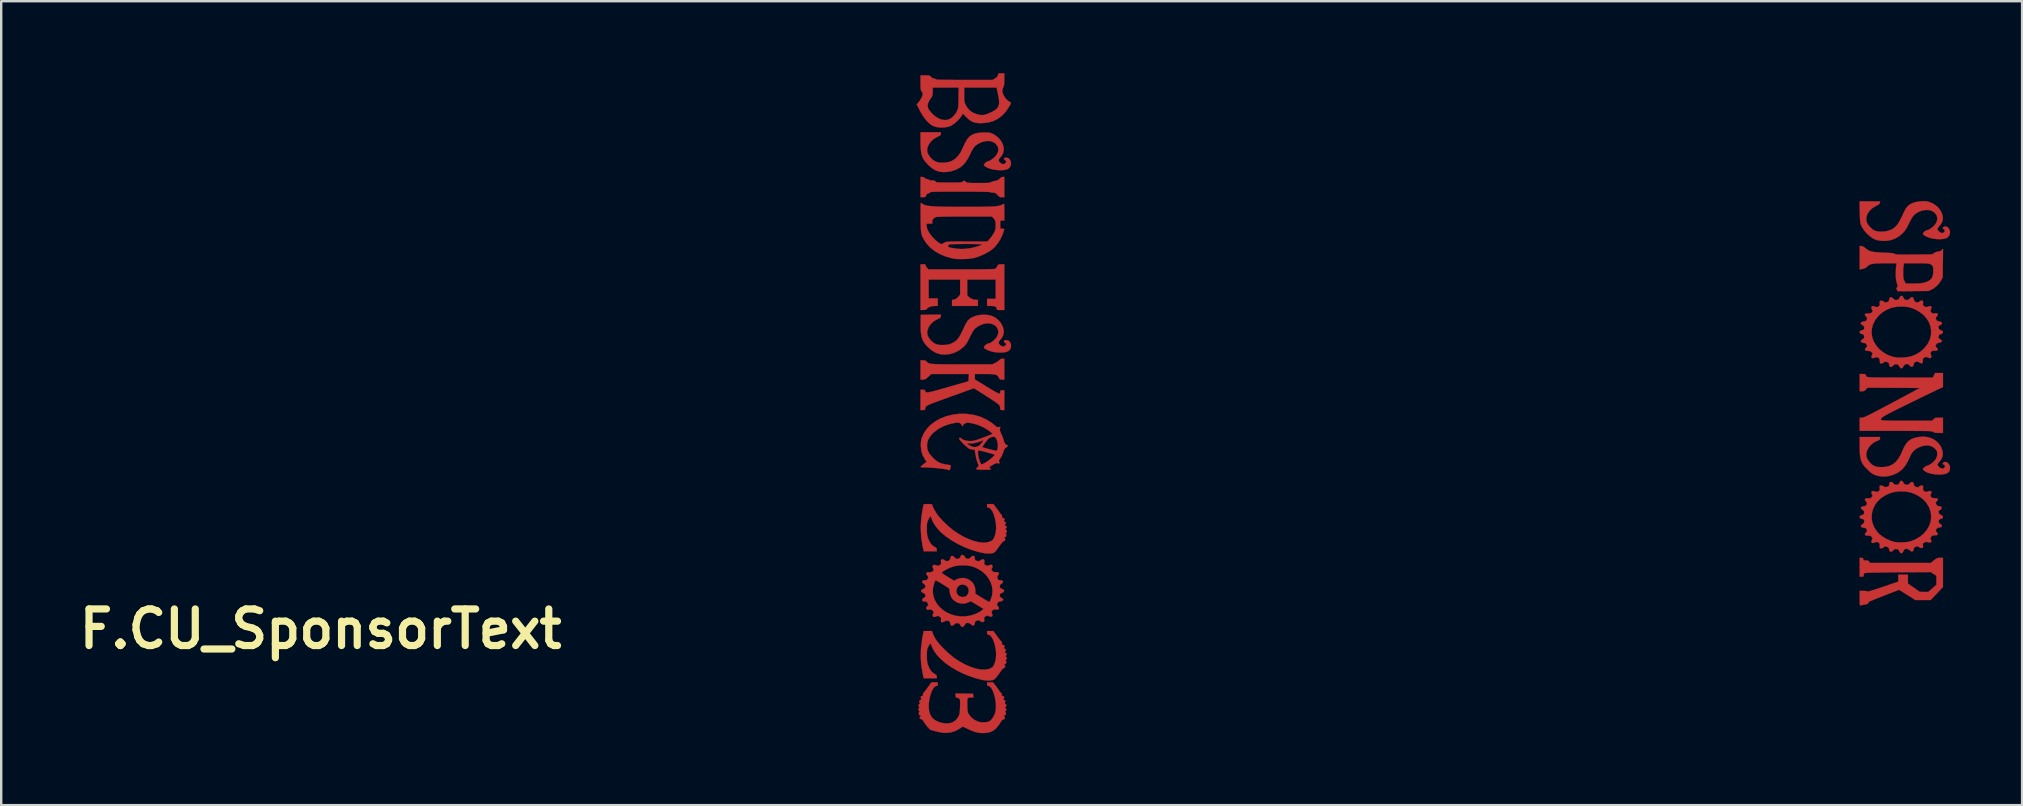
<source format=kicad_pcb>
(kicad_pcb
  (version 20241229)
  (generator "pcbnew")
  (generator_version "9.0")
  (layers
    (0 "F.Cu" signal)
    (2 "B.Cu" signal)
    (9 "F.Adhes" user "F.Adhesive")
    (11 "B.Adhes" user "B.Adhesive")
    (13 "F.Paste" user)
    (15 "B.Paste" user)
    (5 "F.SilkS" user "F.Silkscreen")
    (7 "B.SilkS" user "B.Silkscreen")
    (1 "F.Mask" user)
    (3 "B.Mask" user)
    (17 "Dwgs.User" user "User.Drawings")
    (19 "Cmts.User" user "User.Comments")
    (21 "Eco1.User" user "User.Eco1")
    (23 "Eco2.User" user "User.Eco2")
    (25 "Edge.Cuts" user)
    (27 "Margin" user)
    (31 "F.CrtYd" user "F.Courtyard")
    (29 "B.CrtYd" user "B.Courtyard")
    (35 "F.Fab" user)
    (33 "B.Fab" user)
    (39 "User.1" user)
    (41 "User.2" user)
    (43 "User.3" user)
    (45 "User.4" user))
  (footprint "F.CU_SponsorText"
    (layer "F.Cu")
    (at 10.312 23.161)
    (property "Reference" "F.CU_SponsorText" (at 0 0 0) (layer "F.SilkS") (effects (font (size 1.524 1.524) (thickness 0.3))))
    (attr through_hole)
    (fp_poly (pts (xy 25.167 -15.196) (xy 25.199 -15.186) (xy 25.209 -15.165) (xy 25.209 -15.154) (xy 25.224 -15.111) (xy 25.259 -15.061) (xy 25.271 -15.048) (xy 25.333 -14.986) (xy 26.702 -14.986) (xy 27.019 -14.986) (xy 27.297 -14.987) (xy 27.534 -14.989) (xy 27.732 -14.992) (xy 27.889 -14.995) (xy 28.004 -14.998) (xy 28.078 -15.003) (xy 28.11 -15.008) (xy 28.111 -15.008) (xy 28.145 -15.04) (xy 28.183 -15.094) (xy 28.194 -15.114) (xy 28.22 -15.16) (xy 28.245 -15.185) (xy 28.282 -15.196) (xy 28.345 -15.198) (xy 28.364 -15.198) (xy 28.49 -15.198) (xy 28.49 -13.293) (xy 28.332 -13.293) (xy 28.251 -13.293) (xy 28.203 -13.297) (xy 28.181 -13.308) (xy 28.173 -13.327) (xy 28.173 -13.344) (xy 28.158 -13.399) (xy 28.112 -13.436) (xy 28.03 -13.456) (xy 27.925 -13.462) (xy 27.771 -13.462) (xy 27.771 -13.758) (xy 28.131 -13.758) (xy 28.131 -14.563) (xy 26.945 -14.563) (xy 26.945 -13.902) (xy 27.015 -13.832) (xy 27.111 -13.765) (xy 27.23 -13.725) (xy 27.321 -13.716) (xy 27.39 -13.716) (xy 27.39 -13.462) (xy 26.31 -13.462) (xy 26.31 -13.712) (xy 26.395 -13.727) (xy 26.458 -13.746) (xy 26.515 -13.787) (xy 26.564 -13.837) (xy 26.649 -13.934) (xy 26.649 -14.563) (xy 25.337 -14.563) (xy 25.337 -13.78) (xy 25.718 -13.78) (xy 25.718 -13.462) (xy 25.596 -13.461) (xy 25.468 -13.449) (xy 25.362 -13.417) (xy 25.285 -13.368) (xy 25.266 -13.346) (xy 25.237 -13.314) (xy 25.199 -13.298) (xy 25.138 -13.293) (xy 25.112 -13.293) (xy 24.998 -13.293) (xy 24.998 -15.198) (xy 25.104 -15.198) (xy 25.167 -15.196)) (stroke (width 0.01) (type solid)) (fill yes) (layer "F.Cu"))
    (fp_poly (pts (xy 64.259 -2.959) (xy 64.28 -2.942) (xy 64.283 -2.91) (xy 64.287 -2.879) (xy 64.304 -2.863) (xy 64.347 -2.858) (xy 64.389 -2.857) (xy 64.456 -2.854) (xy 64.497 -2.84) (xy 64.526 -2.809) (xy 64.529 -2.805) (xy 64.563 -2.752) (xy 67.093 -2.752) (xy 67.225 -2.857) (xy 67.294 -2.911) (xy 67.344 -2.942) (xy 67.39 -2.958) (xy 67.444 -2.963) (xy 67.482 -2.963) (xy 67.606 -2.963) (xy 67.606 -2.355) (xy 67.605 -1.746) (xy 67.35 -1.476) (xy 67.094 -1.206) (xy 66.458 -1.206) (xy 66.118 -1.42) (xy 65.778 -1.633) (xy 65.661 -1.588) (xy 65.609 -1.568) (xy 65.524 -1.536) (xy 65.414 -1.493) (xy 65.284 -1.443) (xy 65.142 -1.387) (xy 65.019 -1.339) (xy 64.86 -1.277) (xy 64.736 -1.227) (xy 64.643 -1.189) (xy 64.577 -1.159) (xy 64.533 -1.135) (xy 64.508 -1.117) (xy 64.497 -1.101) (xy 64.495 -1.089) (xy 64.49 -1.065) (xy 64.47 -1.048) (xy 64.425 -1.033) (xy 64.347 -1.018) (xy 64.341 -1.017) (xy 64.263 -1.002) (xy 64.199 -0.989) (xy 64.163 -0.98) (xy 64.161 -0.979) (xy 64.151 -0.985) (xy 64.143 -1.014) (xy 64.138 -1.071) (xy 64.136 -1.162) (xy 64.135 -1.278) (xy 64.135 -1.587) (xy 64.292 -1.587) (xy 64.386 -1.584) (xy 64.442 -1.574) (xy 64.457 -1.562) (xy 64.479 -1.561) (xy 64.54 -1.574) (xy 64.639 -1.603) (xy 64.776 -1.646) (xy 64.953 -1.704) (xy 65.105 -1.755) (xy 65.744 -1.974) (xy 65.744 -2.265) (xy 66.146 -2.265) (xy 66.146 -1.893) (xy 66.395 -1.719) (xy 66.643 -1.546) (xy 66.818 -1.545) (xy 66.992 -1.545) (xy 67.162 -1.694) (xy 67.331 -1.844) (xy 67.331 -2.217) (xy 67.098 -2.371) (xy 65.823 -2.363) (xy 65.59 -2.361) (xy 65.368 -2.359) (xy 65.159 -2.356) (xy 64.968 -2.353) (xy 64.798 -2.351) (xy 64.655 -2.348) (xy 64.543 -2.345) (xy 64.464 -2.342) (xy 64.426 -2.339) (xy 64.358 -2.33) (xy 64.321 -2.318) (xy 64.307 -2.298) (xy 64.304 -2.26) (xy 64.304 -2.252) (xy 64.302 -2.206) (xy 64.285 -2.186) (xy 64.244 -2.18) (xy 64.22 -2.18) (xy 64.135 -2.18) (xy 64.135 -2.963) (xy 64.209 -2.963) (xy 64.259 -2.959)) (stroke (width 0.01) (type solid)) (fill yes) (layer "F.Cu"))
    (fp_poly (pts (xy 25.138 -18.826) (xy 25.172 -18.796) (xy 25.216 -18.761) (xy 25.254 -18.754) (xy 25.307 -18.742) (xy 25.337 -18.722) (xy 25.379 -18.7) (xy 25.461 -18.69) (xy 25.482 -18.69) (xy 25.556 -18.687) (xy 25.599 -18.675) (xy 25.625 -18.652) (xy 25.628 -18.648) (xy 25.638 -18.635) (xy 25.653 -18.625) (xy 25.678 -18.617) (xy 25.719 -18.612) (xy 25.78 -18.609) (xy 25.867 -18.607) (xy 25.984 -18.606) (xy 26.138 -18.606) (xy 26.18 -18.605) (xy 26.344 -18.606) (xy 26.47 -18.606) (xy 26.565 -18.608) (xy 26.633 -18.611) (xy 26.682 -18.616) (xy 26.715 -18.624) (xy 26.739 -18.634) (xy 26.759 -18.647) (xy 26.764 -18.651) (xy 26.808 -18.677) (xy 26.835 -18.678) (xy 26.836 -18.676) (xy 26.863 -18.65) (xy 26.902 -18.62) (xy 26.925 -18.608) (xy 26.956 -18.599) (xy 27.003 -18.593) (xy 27.069 -18.588) (xy 27.162 -18.586) (xy 27.287 -18.585) (xy 27.411 -18.584) (xy 27.564 -18.585) (xy 27.681 -18.586) (xy 27.768 -18.589) (xy 27.831 -18.593) (xy 27.878 -18.6) (xy 27.913 -18.61) (xy 27.944 -18.624) (xy 27.951 -18.627) (xy 28.017 -18.654) (xy 28.08 -18.668) (xy 28.094 -18.669) (xy 28.184 -18.688) (xy 28.27 -18.738) (xy 28.317 -18.785) (xy 28.374 -18.83) (xy 28.425 -18.838) (xy 28.49 -18.838) (xy 28.49 -17.992) (xy 28.392 -17.992) (xy 28.334 -17.995) (xy 28.291 -18.009) (xy 28.248 -18.043) (xy 28.206 -18.087) (xy 28.152 -18.141) (xy 28.111 -18.169) (xy 28.065 -18.181) (xy 28.019 -18.182) (xy 27.958 -18.186) (xy 27.917 -18.197) (xy 27.908 -18.203) (xy 27.884 -18.208) (xy 27.818 -18.213) (xy 27.712 -18.216) (xy 27.566 -18.219) (xy 27.381 -18.222) (xy 27.158 -18.223) (xy 26.898 -18.224) (xy 26.658 -18.224) (xy 26.398 -18.224) (xy 26.177 -18.224) (xy 25.991 -18.224) (xy 25.838 -18.223) (xy 25.714 -18.221) (xy 25.616 -18.22) (xy 25.541 -18.217) (xy 25.485 -18.214) (xy 25.445 -18.209) (xy 25.417 -18.204) (xy 25.399 -18.198) (xy 25.387 -18.19) (xy 25.382 -18.185) (xy 25.33 -18.149) (xy 25.287 -18.132) (xy 25.243 -18.109) (xy 25.231 -18.068) (xy 25.221 -18.026) (xy 25.186 -18.002) (xy 25.119 -17.992) (xy 25.081 -17.992) (xy 24.998 -17.992) (xy 24.998 -18.838) (xy 25.072 -18.838) (xy 25.138 -18.826)) (stroke (width 0.01) (type solid)) (fill yes) (layer "F.Cu"))
    (fp_poly (pts (xy 67.606 -10.082) (xy 67.463 -10.017) (xy 67.418 -9.996) (xy 67.338 -9.958) (xy 67.229 -9.905) (xy 67.093 -9.839) (xy 66.935 -9.763) (xy 66.759 -9.677) (xy 66.569 -9.584) (xy 66.369 -9.487) (xy 66.231 -9.419) (xy 65.981 -9.297) (xy 65.768 -9.191) (xy 65.588 -9.101) (xy 65.439 -9.026) (xy 65.319 -8.963) (xy 65.224 -8.912) (xy 65.154 -8.871) (xy 65.104 -8.84) (xy 65.074 -8.816) (xy 65.068 -8.811) (xy 65.042 -8.782) (xy 65.022 -8.758) (xy 65.013 -8.738) (xy 65.016 -8.722) (xy 65.036 -8.709) (xy 65.075 -8.699) (xy 65.136 -8.691) (xy 65.221 -8.686) (xy 65.335 -8.682) (xy 65.479 -8.68) (xy 65.657 -8.679) (xy 65.871 -8.678) (xy 66.114 -8.678) (xy 67.154 -8.678) (xy 67.215 -8.742) (xy 67.248 -8.774) (xy 67.281 -8.793) (xy 67.325 -8.802) (xy 67.393 -8.805) (xy 67.441 -8.805) (xy 67.606 -8.805) (xy 67.606 -8.17) (xy 67.429 -8.17) (xy 67.335 -8.172) (xy 67.272 -8.179) (xy 67.228 -8.194) (xy 67.198 -8.213) (xy 67.187 -8.221) (xy 67.173 -8.228) (xy 67.154 -8.234) (xy 67.127 -8.239) (xy 67.088 -8.243) (xy 67.034 -8.246) (xy 66.963 -8.249) (xy 66.872 -8.251) (xy 66.757 -8.253) (xy 66.616 -8.254) (xy 66.445 -8.254) (xy 66.242 -8.255) (xy 66.003 -8.255) (xy 65.726 -8.255) (xy 65.64 -8.255) (xy 64.135 -8.255) (xy 64.135 -8.805) (xy 64.229 -8.805) (xy 64.252 -8.807) (xy 64.281 -8.814) (xy 64.318 -8.826) (xy 64.368 -8.847) (xy 64.432 -8.876) (xy 64.513 -8.915) (xy 64.615 -8.966) (xy 64.741 -9.031) (xy 64.892 -9.11) (xy 65.073 -9.205) (xy 65.286 -9.318) (xy 65.486 -9.424) (xy 66.648 -10.044) (xy 65.556 -10.049) (xy 64.463 -10.055) (xy 64.394 -9.981) (xy 64.344 -9.933) (xy 64.296 -9.911) (xy 64.232 -9.906) (xy 64.23 -9.906) (xy 64.135 -9.906) (xy 64.135 -10.626) (xy 64.262 -10.626) (xy 64.333 -10.624) (xy 64.371 -10.617) (xy 64.387 -10.602) (xy 64.389 -10.585) (xy 64.405 -10.542) (xy 64.436 -10.51) (xy 64.45 -10.504) (xy 64.471 -10.498) (xy 64.505 -10.493) (xy 64.552 -10.489) (xy 64.618 -10.486) (xy 64.704 -10.483) (xy 64.813 -10.481) (xy 64.95 -10.48) (xy 65.117 -10.479) (xy 65.316 -10.478) (xy 65.552 -10.478) (xy 65.827 -10.478) (xy 65.833 -10.477) (xy 67.184 -10.477) (xy 67.276 -10.668) (xy 67.606 -10.668) (xy 67.606 -10.082)) (stroke (width 0.01) (type solid)) (fill yes) (layer "F.Cu"))
    (fp_poly (pts (xy 64.255 -15.949) (xy 64.318 -15.913) (xy 64.382 -15.862) (xy 64.443 -15.814) (xy 64.503 -15.776) (xy 64.57 -15.747) (xy 64.65 -15.725) (xy 64.748 -15.709) (xy 64.872 -15.697) (xy 65.029 -15.688) (xy 65.137 -15.683) (xy 65.288 -15.676) (xy 65.402 -15.669) (xy 65.484 -15.662) (xy 65.54 -15.654) (xy 65.575 -15.644) (xy 65.595 -15.632) (xy 65.609 -15.623) (xy 65.631 -15.616) (xy 65.666 -15.61) (xy 65.717 -15.606) (xy 65.79 -15.604) (xy 65.887 -15.602) (xy 66.014 -15.602) (xy 66.175 -15.603) (xy 66.373 -15.604) (xy 66.394 -15.604) (xy 67.155 -15.61) (xy 67.239 -15.669) (xy 67.338 -15.717) (xy 67.405 -15.727) (xy 67.482 -15.739) (xy 67.546 -15.783) (xy 67.548 -15.785) (xy 67.609 -15.843) (xy 67.602 -15.25) (xy 67.596 -14.658) (xy 67.536 -14.541) (xy 67.449 -14.408) (xy 67.336 -14.286) (xy 67.207 -14.187) (xy 67.132 -14.146) (xy 67.003 -14.086) (xy 66.364 -14.08) (xy 65.725 -14.074) (xy 65.69 -14.126) (xy 65.669 -14.167) (xy 65.672 -14.199) (xy 65.692 -14.234) (xy 65.71 -14.265) (xy 65.717 -14.296) (xy 65.71 -14.337) (xy 65.69 -14.403) (xy 65.683 -14.426) (xy 65.661 -14.505) (xy 65.647 -14.586) (xy 65.64 -14.683) (xy 65.639 -14.801) (xy 65.641 -14.895) (xy 65.947 -14.895) (xy 65.947 -14.775) (xy 65.953 -14.67) (xy 65.961 -14.605) (xy 65.984 -14.534) (xy 66.017 -14.464) (xy 66.019 -14.462) (xy 66.061 -14.393) (xy 66.331 -14.393) (xy 66.449 -14.395) (xy 66.567 -14.4) (xy 66.67 -14.407) (xy 66.739 -14.415) (xy 66.883 -14.449) (xy 67.005 -14.502) (xy 67.098 -14.57) (xy 67.149 -14.637) (xy 67.177 -14.713) (xy 67.196 -14.81) (xy 67.204 -14.914) (xy 67.202 -15.012) (xy 67.188 -15.091) (xy 67.173 -15.126) (xy 67.148 -15.159) (xy 67.117 -15.185) (xy 67.076 -15.205) (xy 67.02 -15.22) (xy 66.944 -15.23) (xy 66.841 -15.236) (xy 66.708 -15.239) (xy 66.54 -15.24) (xy 66.487 -15.24) (xy 65.98 -15.24) (xy 65.962 -15.118) (xy 65.952 -15.014) (xy 65.947 -14.895) (xy 65.641 -14.895) (xy 65.641 -14.909) (xy 65.646 -15.013) (xy 65.652 -15.098) (xy 65.657 -15.139) (xy 65.673 -15.24) (xy 65.209 -15.24) (xy 65.014 -15.238) (xy 64.857 -15.233) (xy 64.732 -15.224) (xy 64.636 -15.209) (xy 64.564 -15.188) (xy 64.511 -15.161) (xy 64.472 -15.127) (xy 64.467 -15.12) (xy 64.39 -15.053) (xy 64.281 -15.01) (xy 64.225 -14.999) (xy 64.135 -14.986) (xy 64.135 -15.96) (xy 64.202 -15.96) (xy 64.255 -15.949)) (stroke (width 0.01) (type solid)) (fill yes) (layer "F.Cu"))
    (fp_poly (pts (xy 28.49 -10.393) (xy 28.395 -10.393) (xy 28.336 -10.395) (xy 28.301 -10.41) (xy 28.274 -10.447) (xy 28.255 -10.484) (xy 28.23 -10.528) (xy 28.198 -10.562) (xy 28.154 -10.587) (xy 28.093 -10.605) (xy 28.01 -10.616) (xy 27.898 -10.623) (xy 27.753 -10.625) (xy 27.643 -10.626) (xy 27.263 -10.626) (xy 27.263 -10.399) (xy 27.765 -10.092) (xy 27.921 -9.997) (xy 28.045 -9.923) (xy 28.14 -9.869) (xy 28.211 -9.834) (xy 28.26 -9.815) (xy 28.292 -9.812) (xy 28.31 -9.823) (xy 28.319 -9.848) (xy 28.321 -9.884) (xy 28.321 -9.887) (xy 28.325 -9.927) (xy 28.343 -9.944) (xy 28.39 -9.948) (xy 28.406 -9.948) (xy 28.49 -9.948) (xy 28.49 -9.123) (xy 28.406 -9.123) (xy 28.351 -9.125) (xy 28.327 -9.139) (xy 28.321 -9.176) (xy 28.321 -9.199) (xy 28.309 -9.269) (xy 28.281 -9.332) (xy 28.28 -9.333) (xy 28.252 -9.359) (xy 28.192 -9.404) (xy 28.107 -9.464) (xy 28.001 -9.537) (xy 27.88 -9.617) (xy 27.747 -9.703) (xy 27.732 -9.712) (xy 27.225 -10.034) (xy 26.24 -9.679) (xy 26.013 -9.597) (xy 25.823 -9.528) (xy 25.666 -9.47) (xy 25.539 -9.423) (xy 25.439 -9.384) (xy 25.363 -9.352) (xy 25.307 -9.327) (xy 25.267 -9.307) (xy 25.242 -9.29) (xy 25.226 -9.275) (xy 25.222 -9.268) (xy 25.197 -9.213) (xy 25.188 -9.167) (xy 25.183 -9.14) (xy 25.158 -9.127) (xy 25.105 -9.123) (xy 25.093 -9.123) (xy 24.998 -9.123) (xy 24.998 -9.97) (xy 25.092 -9.97) (xy 25.151 -9.967) (xy 25.18 -9.954) (xy 25.192 -9.926) (xy 25.192 -9.922) (xy 25.198 -9.897) (xy 25.208 -9.877) (xy 25.228 -9.864) (xy 25.259 -9.858) (xy 25.306 -9.86) (xy 25.373 -9.871) (xy 25.461 -9.89) (xy 25.576 -9.919) (xy 25.721 -9.958) (xy 25.898 -10.008) (xy 26.112 -10.069) (xy 26.152 -10.081) (xy 26.998 -10.324) (xy 27.004 -10.475) (xy 27.011 -10.626) (xy 25.45 -10.626) (xy 25.321 -10.509) (xy 25.254 -10.451) (xy 25.205 -10.416) (xy 25.163 -10.399) (xy 25.116 -10.393) (xy 25.095 -10.393) (xy 24.998 -10.393) (xy 24.998 -11.197) (xy 25.102 -11.197) (xy 25.171 -11.193) (xy 25.216 -11.176) (xy 25.254 -11.139) (xy 25.256 -11.137) (xy 25.276 -11.116) (xy 25.297 -11.097) (xy 25.324 -11.081) (xy 25.36 -11.068) (xy 25.407 -11.057) (xy 25.469 -11.048) (xy 25.549 -11.042) (xy 25.651 -11.036) (xy 25.777 -11.033) (xy 25.931 -11.03) (xy 26.116 -11.029) (xy 26.335 -11.028) (xy 26.591 -11.028) (xy 26.746 -11.028) (xy 27.988 -11.028) (xy 28.122 -11.094) (xy 28.195 -11.134) (xy 28.255 -11.177) (xy 28.289 -11.21) (xy 28.324 -11.246) (xy 28.377 -11.26) (xy 28.406 -11.261) (xy 28.49 -11.261) (xy 28.49 -10.393)) (stroke (width 0.01) (type solid)) (fill yes) (layer "F.Cu"))
    (fp_poly (pts (xy 66.886 -8.01) (xy 67.06 -7.972) (xy 67.219 -7.902) (xy 67.358 -7.802) (xy 67.471 -7.676) (xy 67.535 -7.565) (xy 67.588 -7.416) (xy 67.601 -7.28) (xy 67.575 -7.153) (xy 67.508 -7.033) (xy 67.468 -6.984) (xy 67.42 -6.926) (xy 67.386 -6.877) (xy 67.374 -6.848) (xy 67.388 -6.816) (xy 67.423 -6.771) (xy 67.439 -6.754) (xy 67.503 -6.707) (xy 67.569 -6.688) (xy 67.628 -6.694) (xy 67.671 -6.724) (xy 67.689 -6.777) (xy 67.687 -6.799) (xy 67.664 -6.842) (xy 67.633 -6.854) (xy 67.593 -6.869) (xy 67.591 -6.897) (xy 67.618 -6.931) (xy 67.674 -6.961) (xy 67.737 -6.957) (xy 67.799 -6.925) (xy 67.852 -6.869) (xy 67.887 -6.794) (xy 67.897 -6.75) (xy 67.894 -6.644) (xy 67.861 -6.561) (xy 67.794 -6.499) (xy 67.693 -6.459) (xy 67.555 -6.439) (xy 67.458 -6.435) (xy 67.277 -6.445) (xy 67.112 -6.471) (xy 66.97 -6.513) (xy 66.858 -6.569) (xy 66.794 -6.622) (xy 66.771 -6.651) (xy 66.77 -6.673) (xy 66.794 -6.703) (xy 66.825 -6.733) (xy 66.882 -6.775) (xy 66.941 -6.803) (xy 66.957 -6.806) (xy 67.017 -6.828) (xy 67.093 -6.873) (xy 67.172 -6.934) (xy 67.246 -7.001) (xy 67.301 -7.068) (xy 67.302 -7.07) (xy 67.348 -7.167) (xy 67.369 -7.273) (xy 67.364 -7.372) (xy 67.352 -7.409) (xy 67.3 -7.489) (xy 67.219 -7.562) (xy 67.121 -7.617) (xy 67.051 -7.64) (xy 66.917 -7.65) (xy 66.771 -7.629) (xy 66.626 -7.581) (xy 66.493 -7.511) (xy 66.386 -7.422) (xy 66.37 -7.405) (xy 66.337 -7.365) (xy 66.308 -7.325) (xy 66.28 -7.278) (xy 66.248 -7.216) (xy 66.208 -7.131) (xy 66.155 -7.016) (xy 66.151 -7.006) (xy 66.044 -6.817) (xy 65.912 -6.658) (xy 65.755 -6.533) (xy 65.684 -6.491) (xy 65.491 -6.409) (xy 65.292 -6.363) (xy 65.095 -6.351) (xy 64.908 -6.377) (xy 64.834 -6.398) (xy 64.756 -6.426) (xy 64.694 -6.455) (xy 64.638 -6.489) (xy 64.577 -6.537) (xy 64.504 -6.605) (xy 64.438 -6.669) (xy 64.349 -6.761) (xy 64.279 -6.849) (xy 64.226 -6.938) (xy 64.187 -7.037) (xy 64.161 -7.152) (xy 64.145 -7.29) (xy 64.137 -7.456) (xy 64.135 -7.633) (xy 64.135 -8.001) (xy 64.982 -8.001) (xy 64.982 -7.951) (xy 64.976 -7.912) (xy 64.954 -7.882) (xy 64.907 -7.855) (xy 64.829 -7.823) (xy 64.709 -7.761) (xy 64.6 -7.67) (xy 64.511 -7.56) (xy 64.446 -7.44) (xy 64.413 -7.319) (xy 64.41 -7.275) (xy 64.422 -7.17) (xy 64.46 -7.072) (xy 64.53 -6.971) (xy 64.56 -6.935) (xy 64.652 -6.848) (xy 64.751 -6.789) (xy 64.867 -6.756) (xy 65.011 -6.744) (xy 65.035 -6.744) (xy 65.219 -6.756) (xy 65.38 -6.796) (xy 65.52 -6.864) (xy 65.643 -6.966) (xy 65.751 -7.102) (xy 65.849 -7.276) (xy 65.913 -7.419) (xy 65.993 -7.594) (xy 66.077 -7.731) (xy 66.173 -7.835) (xy 66.287 -7.912) (xy 66.424 -7.965) (xy 66.591 -7.999) (xy 66.704 -8.012) (xy 66.886 -8.01)) (stroke (width 0.01) (type solid)) (fill yes) (layer "F.Cu"))
    (fp_poly (pts (xy 25.845 -20.638) (xy 25.841 -20.605) (xy 25.826 -20.579) (xy 25.79 -20.553) (xy 25.727 -20.521) (xy 25.691 -20.504) (xy 25.551 -20.422) (xy 25.434 -20.317) (xy 25.345 -20.197) (xy 25.29 -20.067) (xy 25.273 -19.945) (xy 25.292 -19.847) (xy 25.342 -19.743) (xy 25.418 -19.642) (xy 25.511 -19.552) (xy 25.614 -19.484) (xy 25.66 -19.463) (xy 25.764 -19.439) (xy 25.891 -19.43) (xy 26.029 -19.437) (xy 26.163 -19.458) (xy 26.278 -19.493) (xy 26.296 -19.501) (xy 26.435 -19.587) (xy 26.56 -19.709) (xy 26.666 -19.862) (xy 26.703 -19.934) (xy 26.752 -20.036) (xy 26.807 -20.153) (xy 26.858 -20.261) (xy 26.863 -20.271) (xy 26.942 -20.409) (xy 27.034 -20.516) (xy 27.145 -20.595) (xy 27.279 -20.649) (xy 27.442 -20.68) (xy 27.638 -20.69) (xy 27.654 -20.69) (xy 27.762 -20.689) (xy 27.84 -20.685) (xy 27.899 -20.675) (xy 27.953 -20.658) (xy 28.008 -20.634) (xy 28.153 -20.547) (xy 28.277 -20.435) (xy 28.374 -20.306) (xy 28.438 -20.166) (xy 28.463 -20.046) (xy 28.463 -19.923) (xy 28.435 -19.817) (xy 28.375 -19.716) (xy 28.331 -19.663) (xy 28.274 -19.591) (xy 28.252 -19.534) (xy 28.265 -19.485) (xy 28.312 -19.435) (xy 28.331 -19.419) (xy 28.408 -19.376) (xy 28.474 -19.373) (xy 28.533 -19.41) (xy 28.567 -19.453) (xy 28.568 -19.486) (xy 28.533 -19.525) (xy 28.52 -19.535) (xy 28.48 -19.58) (xy 28.48 -19.616) (xy 28.519 -19.638) (xy 28.563 -19.643) (xy 28.646 -19.625) (xy 28.709 -19.578) (xy 28.751 -19.509) (xy 28.769 -19.428) (xy 28.764 -19.343) (xy 28.732 -19.262) (xy 28.672 -19.194) (xy 28.646 -19.175) (xy 28.56 -19.141) (xy 28.444 -19.122) (xy 28.309 -19.117) (xy 28.165 -19.127) (xy 28.02 -19.149) (xy 27.886 -19.184) (xy 27.772 -19.231) (xy 27.765 -19.235) (xy 27.688 -19.279) (xy 27.647 -19.313) (xy 27.638 -19.345) (xy 27.659 -19.381) (xy 27.694 -19.419) (xy 27.756 -19.47) (xy 27.812 -19.494) (xy 27.822 -19.494) (xy 27.865 -19.507) (xy 27.929 -19.542) (xy 28.002 -19.592) (xy 28.007 -19.595) (xy 28.12 -19.699) (xy 28.197 -19.809) (xy 28.236 -19.92) (xy 28.238 -20.028) (xy 28.202 -20.131) (xy 28.126 -20.223) (xy 28.086 -20.256) (xy 27.974 -20.312) (xy 27.843 -20.336) (xy 27.701 -20.329) (xy 27.555 -20.292) (xy 27.413 -20.227) (xy 27.287 -20.138) (xy 27.243 -20.095) (xy 27.2 -20.038) (xy 27.154 -19.96) (xy 27.098 -19.854) (xy 27.064 -19.783) (xy 26.976 -19.612) (xy 26.89 -19.475) (xy 26.803 -19.366) (xy 26.709 -19.278) (xy 26.628 -19.22) (xy 26.47 -19.138) (xy 26.293 -19.079) (xy 26.109 -19.045) (xy 25.93 -19.039) (xy 25.771 -19.062) (xy 25.652 -19.1) (xy 25.543 -19.156) (xy 25.434 -19.236) (xy 25.314 -19.345) (xy 25.304 -19.356) (xy 25.214 -19.452) (xy 25.143 -19.546) (xy 25.088 -19.644) (xy 25.049 -19.752) (xy 25.022 -19.877) (xy 25.006 -20.027) (xy 24.999 -20.207) (xy 24.998 -20.345) (xy 24.998 -20.701) (xy 25.845 -20.701) (xy 25.845 -20.638)) (stroke (width 0.01) (type solid)) (fill yes) (layer "F.Cu"))
    (fp_poly (pts (xy 25.845 -13.039) (xy 25.841 -13.004) (xy 25.824 -12.977) (xy 25.786 -12.951) (xy 25.718 -12.918) (xy 25.709 -12.914) (xy 25.557 -12.827) (xy 25.435 -12.718) (xy 25.344 -12.592) (xy 25.29 -12.453) (xy 25.278 -12.38) (xy 25.286 -12.264) (xy 25.334 -12.149) (xy 25.422 -12.035) (xy 25.474 -11.984) (xy 25.558 -11.916) (xy 25.641 -11.871) (xy 25.735 -11.844) (xy 25.849 -11.834) (xy 25.978 -11.836) (xy 26.082 -11.842) (xy 26.16 -11.854) (xy 26.227 -11.873) (xy 26.3 -11.905) (xy 26.316 -11.913) (xy 26.395 -11.956) (xy 26.463 -12.003) (xy 26.524 -12.059) (xy 26.582 -12.13) (xy 26.64 -12.221) (xy 26.703 -12.338) (xy 26.774 -12.484) (xy 26.837 -12.623) (xy 26.88 -12.709) (xy 26.929 -12.793) (xy 26.97 -12.853) (xy 27.063 -12.939) (xy 27.187 -13.008) (xy 27.333 -13.059) (xy 27.494 -13.089) (xy 27.66 -13.098) (xy 27.824 -13.083) (xy 27.977 -13.044) (xy 27.988 -13.04) (xy 28.125 -12.968) (xy 28.248 -12.867) (xy 28.349 -12.745) (xy 28.422 -12.61) (xy 28.461 -12.47) (xy 28.463 -12.448) (xy 28.463 -12.324) (xy 28.435 -12.219) (xy 28.375 -12.117) (xy 28.331 -12.064) (xy 28.275 -11.993) (xy 28.252 -11.936) (xy 28.264 -11.887) (xy 28.309 -11.835) (xy 28.325 -11.821) (xy 28.4 -11.778) (xy 28.471 -11.774) (xy 28.534 -11.812) (xy 28.534 -11.812) (xy 28.567 -11.86) (xy 28.558 -11.898) (xy 28.515 -11.927) (xy 28.476 -11.96) (xy 28.474 -11.999) (xy 28.507 -12.03) (xy 28.525 -12.036) (xy 28.609 -12.038) (xy 28.682 -12.004) (xy 28.737 -11.94) (xy 28.767 -11.852) (xy 28.771 -11.808) (xy 28.758 -11.706) (xy 28.715 -11.627) (xy 28.639 -11.571) (xy 28.529 -11.535) (xy 28.393 -11.519) (xy 28.19 -11.522) (xy 27.997 -11.552) (xy 27.827 -11.606) (xy 27.799 -11.619) (xy 27.71 -11.664) (xy 27.658 -11.7) (xy 27.639 -11.733) (xy 27.65 -11.77) (xy 27.689 -11.815) (xy 27.694 -11.821) (xy 27.747 -11.865) (xy 27.795 -11.892) (xy 27.814 -11.896) (xy 27.882 -11.912) (xy 27.963 -11.957) (xy 28.047 -12.022) (xy 28.124 -12.099) (xy 28.185 -12.182) (xy 28.185 -12.183) (xy 28.232 -12.297) (xy 28.24 -12.407) (xy 28.213 -12.509) (xy 28.156 -12.598) (xy 28.07 -12.668) (xy 27.961 -12.716) (xy 27.832 -12.737) (xy 27.741 -12.735) (xy 27.615 -12.709) (xy 27.485 -12.659) (xy 27.364 -12.593) (xy 27.267 -12.517) (xy 27.234 -12.482) (xy 27.198 -12.429) (xy 27.15 -12.348) (xy 27.096 -12.249) (xy 27.042 -12.143) (xy 27.035 -12.127) (xy 26.979 -12.014) (xy 26.933 -11.929) (xy 26.89 -11.864) (xy 26.845 -11.809) (xy 26.79 -11.753) (xy 26.773 -11.738) (xy 26.608 -11.612) (xy 26.423 -11.518) (xy 26.225 -11.458) (xy 26.022 -11.434) (xy 25.822 -11.45) (xy 25.806 -11.453) (xy 25.642 -11.505) (xy 25.481 -11.598) (xy 25.345 -11.711) (xy 25.24 -11.817) (xy 25.158 -11.92) (xy 25.096 -12.027) (xy 25.051 -12.144) (xy 25.022 -12.279) (xy 25.007 -12.438) (xy 25.002 -12.628) (xy 25.003 -12.738) (xy 25.008 -13.092) (xy 25.845 -13.103) (xy 25.845 -13.039)) (stroke (width 0.01) (type solid)) (fill yes) (layer "F.Cu"))
    (fp_poly (pts (xy 66.873 -17.827) (xy 66.925 -17.822) (xy 67.083 -17.779) (xy 67.227 -17.708) (xy 67.354 -17.614) (xy 67.459 -17.501) (xy 67.538 -17.376) (xy 67.587 -17.242) (xy 67.602 -17.106) (xy 67.586 -17.002) (xy 67.555 -16.929) (xy 67.503 -16.848) (xy 67.468 -16.805) (xy 67.42 -16.748) (xy 67.386 -16.7) (xy 67.374 -16.673) (xy 67.391 -16.623) (xy 67.434 -16.569) (xy 67.494 -16.524) (xy 67.502 -16.52) (xy 67.554 -16.499) (xy 67.598 -16.504) (xy 67.623 -16.515) (xy 67.668 -16.553) (xy 67.682 -16.602) (xy 67.663 -16.647) (xy 67.633 -16.668) (xy 67.593 -16.692) (xy 67.592 -16.718) (xy 67.631 -16.75) (xy 67.637 -16.755) (xy 67.704 -16.776) (xy 67.773 -16.759) (xy 67.838 -16.703) (xy 67.855 -16.68) (xy 67.894 -16.589) (xy 67.897 -16.493) (xy 67.869 -16.403) (xy 67.811 -16.328) (xy 67.745 -16.287) (xy 67.632 -16.256) (xy 67.493 -16.243) (xy 67.339 -16.248) (xy 67.183 -16.269) (xy 67.036 -16.305) (xy 66.911 -16.356) (xy 66.91 -16.356) (xy 66.828 -16.401) (xy 66.783 -16.439) (xy 66.772 -16.474) (xy 66.791 -16.514) (xy 66.822 -16.548) (xy 66.874 -16.59) (xy 66.923 -16.614) (xy 66.937 -16.616) (xy 66.993 -16.63) (xy 67.067 -16.67) (xy 67.147 -16.726) (xy 67.223 -16.794) (xy 67.249 -16.821) (xy 67.327 -16.933) (xy 67.365 -17.047) (xy 67.365 -17.159) (xy 67.328 -17.262) (xy 67.254 -17.352) (xy 67.15 -17.421) (xy 67.037 -17.455) (xy 66.905 -17.462) (xy 66.765 -17.443) (xy 66.63 -17.399) (xy 66.604 -17.388) (xy 66.508 -17.334) (xy 66.429 -17.274) (xy 66.359 -17.199) (xy 66.294 -17.103) (xy 66.226 -16.977) (xy 66.188 -16.9) (xy 66.128 -16.777) (xy 66.076 -16.683) (xy 66.025 -16.607) (xy 65.968 -16.537) (xy 65.931 -16.498) (xy 65.775 -16.363) (xy 65.597 -16.262) (xy 65.425 -16.203) (xy 65.296 -16.18) (xy 65.147 -16.173) (xy 64.995 -16.181) (xy 64.86 -16.204) (xy 64.821 -16.214) (xy 64.694 -16.272) (xy 64.563 -16.362) (xy 64.438 -16.475) (xy 64.326 -16.604) (xy 64.237 -16.739) (xy 64.194 -16.828) (xy 64.178 -16.871) (xy 64.166 -16.917) (xy 64.157 -16.971) (xy 64.151 -17.04) (xy 64.146 -17.132) (xy 64.142 -17.253) (xy 64.139 -17.383) (xy 64.131 -17.822) (xy 64.984 -17.822) (xy 64.978 -17.764) (xy 64.969 -17.732) (xy 64.944 -17.704) (xy 64.897 -17.672) (xy 64.819 -17.631) (xy 64.812 -17.628) (xy 64.669 -17.541) (xy 64.555 -17.436) (xy 64.472 -17.319) (xy 64.422 -17.194) (xy 64.409 -17.066) (xy 64.434 -16.94) (xy 64.44 -16.923) (xy 64.486 -16.845) (xy 64.556 -16.76) (xy 64.638 -16.681) (xy 64.719 -16.621) (xy 64.737 -16.611) (xy 64.846 -16.574) (xy 64.98 -16.557) (xy 65.127 -16.56) (xy 65.273 -16.582) (xy 65.408 -16.622) (xy 65.476 -16.654) (xy 65.551 -16.7) (xy 65.619 -16.755) (xy 65.682 -16.823) (xy 65.744 -16.91) (xy 65.809 -17.021) (xy 65.88 -17.161) (xy 65.961 -17.334) (xy 65.974 -17.364) (xy 66.051 -17.509) (xy 66.135 -17.618) (xy 66.236 -17.699) (xy 66.359 -17.758) (xy 66.383 -17.766) (xy 66.494 -17.795) (xy 66.623 -17.816) (xy 66.755 -17.827) (xy 66.873 -17.827)) (stroke (width 0.01) (type solid)) (fill yes) (layer "F.Cu"))
    (fp_poly (pts (xy 25.511 0.185) (xy 25.559 0.3) (xy 25.62 0.411) (xy 25.701 0.526) (xy 25.805 0.651) (xy 25.937 0.791) (xy 25.982 0.837) (xy 26.181 1.025) (xy 26.373 1.183) (xy 26.569 1.319) (xy 26.782 1.44) (xy 26.905 1.502) (xy 27.121 1.593) (xy 27.328 1.656) (xy 27.519 1.69) (xy 27.691 1.694) (xy 27.841 1.669) (xy 27.909 1.643) (xy 27.969 1.612) (xy 28.01 1.578) (xy 28.043 1.528) (xy 28.077 1.459) (xy 28.128 1.299) (xy 28.149 1.115) (xy 28.142 0.915) (xy 28.106 0.705) (xy 28.042 0.493) (xy 28.041 0.49) (xy 27.996 0.393) (xy 27.941 0.313) (xy 27.882 0.257) (xy 27.827 0.233) (xy 27.821 0.233) (xy 27.787 0.227) (xy 27.773 0.201) (xy 27.771 0.159) (xy 27.771 0.085) (xy 28.035 0.086) (xy 28.173 0.278) (xy 28.234 0.36) (xy 28.29 0.434) (xy 28.335 0.489) (xy 28.358 0.513) (xy 28.392 0.563) (xy 28.392 0.607) (xy 28.391 0.646) (xy 28.41 0.656) (xy 28.45 0.668) (xy 28.481 0.686) (xy 28.508 0.714) (xy 28.5 0.739) (xy 28.496 0.744) (xy 28.471 0.785) (xy 28.48 0.816) (xy 28.512 0.826) (xy 28.544 0.842) (xy 28.555 0.878) (xy 28.542 0.913) (xy 28.533 0.921) (xy 28.513 0.95) (xy 28.518 0.981) (xy 28.544 0.995) (xy 28.579 1.01) (xy 28.589 1.048) (xy 28.571 1.093) (xy 28.564 1.101) (xy 28.54 1.132) (xy 28.545 1.148) (xy 28.562 1.155) (xy 28.589 1.185) (xy 28.594 1.231) (xy 28.576 1.276) (xy 28.559 1.291) (xy 28.537 1.313) (xy 28.549 1.326) (xy 28.572 1.355) (xy 28.574 1.399) (xy 28.556 1.439) (xy 28.533 1.454) (xy 28.495 1.473) (xy 28.499 1.5) (xy 28.514 1.518) (xy 28.528 1.556) (xy 28.515 1.599) (xy 28.484 1.627) (xy 28.469 1.63) (xy 28.434 1.648) (xy 28.388 1.696) (xy 28.363 1.73) (xy 28.274 1.858) (xy 28.194 1.965) (xy 28.124 2.048) (xy 28.07 2.101) (xy 28.046 2.117) (xy 27.968 2.139) (xy 27.862 2.149) (xy 27.742 2.147) (xy 27.654 2.137) (xy 27.573 2.121) (xy 27.471 2.098) (xy 27.365 2.071) (xy 27.337 2.063) (xy 27.049 1.97) (xy 26.774 1.858) (xy 26.513 1.73) (xy 26.272 1.588) (xy 26.054 1.434) (xy 25.863 1.273) (xy 25.701 1.106) (xy 25.574 0.935) (xy 25.485 0.765) (xy 25.473 0.733) (xy 25.446 0.667) (xy 25.423 0.62) (xy 25.408 0.603) (xy 25.39 0.621) (xy 25.36 0.667) (xy 25.326 0.73) (xy 25.299 0.787) (xy 25.281 0.836) (xy 25.27 0.888) (xy 25.264 0.954) (xy 25.263 1.044) (xy 25.262 1.111) (xy 25.264 1.232) (xy 25.269 1.323) (xy 25.28 1.398) (xy 25.299 1.468) (xy 25.312 1.509) (xy 25.378 1.66) (xy 25.46 1.777) (xy 25.556 1.857) (xy 25.585 1.873) (xy 25.641 1.903) (xy 25.668 1.932) (xy 25.675 1.973) (xy 25.675 1.984) (xy 25.675 2.053) (xy 25.131 2.053) (xy 25.085 1.84) (xy 25.029 1.5) (xy 25.006 1.161) (xy 25.017 0.815) (xy 25.061 0.454) (xy 25.084 0.323) (xy 25.13 0.085) (xy 25.475 0.085) (xy 25.511 0.185)) (stroke (width 0.01) (type solid)) (fill yes) (layer "F.Cu"))
    (fp_poly (pts (xy 27.903 -5.206) (xy 28.035 -5.206) (xy 28.162 -5.035) (xy 28.219 -4.959) (xy 28.267 -4.893) (xy 28.3 -4.845) (xy 28.31 -4.83) (xy 28.345 -4.787) (xy 28.369 -4.767) (xy 28.396 -4.725) (xy 28.393 -4.687) (xy 28.39 -4.646) (xy 28.41 -4.636) (xy 28.45 -4.624) (xy 28.481 -4.605) (xy 28.508 -4.577) (xy 28.5 -4.552) (xy 28.496 -4.548) (xy 28.471 -4.507) (xy 28.48 -4.476) (xy 28.512 -4.466) (xy 28.544 -4.45) (xy 28.555 -4.414) (xy 28.542 -4.379) (xy 28.533 -4.371) (xy 28.513 -4.342) (xy 28.518 -4.31) (xy 28.544 -4.297) (xy 28.58 -4.281) (xy 28.591 -4.246) (xy 28.574 -4.207) (xy 28.563 -4.197) (xy 28.535 -4.173) (xy 28.541 -4.154) (xy 28.559 -4.14) (xy 28.59 -4.098) (xy 28.596 -4.068) (xy 28.58 -4.021) (xy 28.559 -4) (xy 28.537 -3.979) (xy 28.549 -3.966) (xy 28.572 -3.937) (xy 28.574 -3.893) (xy 28.556 -3.853) (xy 28.533 -3.837) (xy 28.495 -3.819) (xy 28.499 -3.792) (xy 28.514 -3.774) (xy 28.527 -3.736) (xy 28.515 -3.693) (xy 28.485 -3.665) (xy 28.47 -3.662) (xy 28.438 -3.644) (xy 28.388 -3.592) (xy 28.322 -3.509) (xy 28.291 -3.466) (xy 28.22 -3.367) (xy 28.169 -3.296) (xy 28.133 -3.248) (xy 28.107 -3.218) (xy 28.088 -3.2) (xy 28.07 -3.188) (xy 28.055 -3.18) (xy 27.985 -3.157) (xy 27.888 -3.146) (xy 27.777 -3.145) (xy 27.675 -3.155) (xy 27.398 -3.213) (xy 27.111 -3.3) (xy 26.824 -3.413) (xy 26.544 -3.548) (xy 26.281 -3.7) (xy 26.043 -3.866) (xy 25.849 -4.03) (xy 25.738 -4.146) (xy 25.637 -4.271) (xy 25.553 -4.397) (xy 25.49 -4.514) (xy 25.461 -4.596) (xy 25.442 -4.654) (xy 25.422 -4.688) (xy 25.412 -4.693) (xy 25.391 -4.672) (xy 25.36 -4.624) (xy 25.326 -4.561) (xy 25.299 -4.504) (xy 25.281 -4.456) (xy 25.27 -4.404) (xy 25.264 -4.339) (xy 25.263 -4.248) (xy 25.262 -4.18) (xy 25.264 -4.06) (xy 25.269 -3.968) (xy 25.28 -3.894) (xy 25.299 -3.823) (xy 25.312 -3.782) (xy 25.378 -3.631) (xy 25.46 -3.514) (xy 25.556 -3.435) (xy 25.585 -3.419) (xy 25.641 -3.389) (xy 25.668 -3.36) (xy 25.675 -3.318) (xy 25.675 -3.308) (xy 25.675 -3.239) (xy 25.131 -3.239) (xy 25.086 -3.45) (xy 25.025 -3.835) (xy 25.006 -4.225) (xy 25.028 -4.619) (xy 25.083 -4.968) (xy 25.1 -5.057) (xy 25.114 -5.131) (xy 25.123 -5.178) (xy 25.125 -5.191) (xy 25.144 -5.198) (xy 25.197 -5.204) (xy 25.272 -5.207) (xy 25.305 -5.207) (xy 25.4 -5.205) (xy 25.458 -5.198) (xy 25.483 -5.186) (xy 25.485 -5.181) (xy 25.496 -5.137) (xy 25.525 -5.067) (xy 25.568 -4.982) (xy 25.62 -4.891) (xy 25.675 -4.803) (xy 25.717 -4.743) (xy 25.805 -4.635) (xy 25.917 -4.513) (xy 26.045 -4.387) (xy 26.178 -4.265) (xy 26.306 -4.159) (xy 26.352 -4.123) (xy 26.568 -3.975) (xy 26.786 -3.849) (xy 27.001 -3.748) (xy 27.208 -3.671) (xy 27.405 -3.621) (xy 27.587 -3.598) (xy 27.75 -3.604) (xy 27.889 -3.64) (xy 27.909 -3.649) (xy 27.969 -3.68) (xy 28.01 -3.714) (xy 28.043 -3.763) (xy 28.077 -3.833) (xy 28.128 -3.993) (xy 28.149 -4.177) (xy 28.142 -4.377) (xy 28.106 -4.587) (xy 28.042 -4.799) (xy 28.041 -4.801) (xy 27.996 -4.899) (xy 27.941 -4.979) (xy 27.882 -5.035) (xy 27.827 -5.059) (xy 27.821 -5.059) (xy 27.787 -5.065) (xy 27.773 -5.091) (xy 27.771 -5.133) (xy 27.771 -5.207) (xy 27.903 -5.206)) (stroke (width 0.01) (type solid)) (fill yes) (layer "F.Cu"))
    (fp_poly (pts (xy 28.49 -22.907) (xy 28.489 -22.792) (xy 28.485 -22.71) (xy 28.476 -22.65) (xy 28.461 -22.603) (xy 28.448 -22.574) (xy 28.421 -22.504) (xy 28.406 -22.435) (xy 28.406 -22.421) (xy 28.422 -22.332) (xy 28.466 -22.232) (xy 28.529 -22.133) (xy 28.604 -22.046) (xy 28.683 -21.985) (xy 28.69 -21.981) (xy 28.737 -21.951) (xy 28.764 -21.926) (xy 28.765 -21.92) (xy 28.756 -21.893) (xy 28.73 -21.84) (xy 28.699 -21.782) (xy 28.561 -21.572) (xy 28.405 -21.4) (xy 28.229 -21.265) (xy 28.033 -21.167) (xy 27.816 -21.105) (xy 27.576 -21.079) (xy 27.517 -21.077) (xy 27.362 -21.084) (xy 27.236 -21.107) (xy 27.126 -21.153) (xy 27.021 -21.225) (xy 26.913 -21.324) (xy 26.762 -21.475) (xy 26.7 -21.371) (xy 26.627 -21.271) (xy 26.528 -21.167) (xy 26.417 -21.069) (xy 26.306 -20.992) (xy 26.258 -20.965) (xy 26.144 -20.925) (xy 26.005 -20.902) (xy 25.856 -20.895) (xy 25.714 -20.907) (xy 25.635 -20.924) (xy 25.531 -20.959) (xy 25.443 -21.006) (xy 25.359 -21.073) (xy 25.278 -21.153) (xy 25.183 -21.263) (xy 25.095 -21.386) (xy 25.008 -21.533) (xy 24.931 -21.681) (xy 24.875 -21.795) (xy 25.293 -21.795) (xy 25.314 -21.703) (xy 25.37 -21.606) (xy 25.46 -21.499) (xy 25.6 -21.371) (xy 25.743 -21.279) (xy 25.886 -21.224) (xy 26.026 -21.207) (xy 26.16 -21.229) (xy 26.193 -21.242) (xy 26.3 -21.306) (xy 26.4 -21.401) (xy 26.484 -21.518) (xy 26.514 -21.574) (xy 26.534 -21.62) (xy 26.55 -21.661) (xy 26.561 -21.704) (xy 26.569 -21.756) (xy 26.574 -21.824) (xy 26.577 -21.915) (xy 26.58 -22.037) (xy 26.581 -22.135) (xy 26.588 -22.564) (xy 26.818 -22.564) (xy 26.818 -22.266) (xy 26.819 -22.145) (xy 26.821 -22.057) (xy 26.827 -21.992) (xy 26.837 -21.943) (xy 26.853 -21.898) (xy 26.87 -21.859) (xy 26.956 -21.712) (xy 27.062 -21.598) (xy 27.193 -21.512) (xy 27.355 -21.45) (xy 27.385 -21.441) (xy 27.488 -21.42) (xy 27.58 -21.415) (xy 27.672 -21.429) (xy 27.779 -21.463) (xy 27.866 -21.499) (xy 27.998 -21.56) (xy 28.095 -21.615) (xy 28.165 -21.671) (xy 28.215 -21.732) (xy 28.238 -21.774) (xy 28.261 -21.831) (xy 28.273 -21.892) (xy 28.274 -21.967) (xy 28.266 -22.061) (xy 28.246 -22.181) (xy 28.215 -22.335) (xy 28.214 -22.338) (xy 28.166 -22.564) (xy 26.818 -22.564) (xy 26.588 -22.564) (xy 25.506 -22.564) (xy 25.506 -22.394) (xy 25.504 -22.307) (xy 25.498 -22.247) (xy 25.482 -22.2) (xy 25.453 -22.152) (xy 25.434 -22.125) (xy 25.353 -21.999) (xy 25.306 -21.892) (xy 25.293 -21.795) (xy 24.875 -21.795) (xy 24.841 -21.864) (xy 24.906 -21.934) (xy 24.964 -22.008) (xy 25.021 -22.103) (xy 25.067 -22.202) (xy 25.09 -22.269) (xy 25.089 -22.325) (xy 25.056 -22.387) (xy 25.05 -22.395) (xy 25.03 -22.425) (xy 25.015 -22.456) (xy 25.006 -22.494) (xy 25.001 -22.549) (xy 24.998 -22.629) (xy 24.998 -22.741) (xy 24.998 -22.769) (xy 24.998 -23.072) (xy 25.19 -23.072) (xy 25.281 -23.071) (xy 25.341 -23.067) (xy 25.379 -23.058) (xy 25.406 -23.04) (xy 25.433 -23.011) (xy 25.435 -23.008) (xy 25.494 -22.958) (xy 25.551 -22.945) (xy 25.601 -22.935) (xy 25.625 -22.913) (xy 25.632 -22.906) (xy 25.649 -22.9) (xy 25.679 -22.895) (xy 25.725 -22.891) (xy 25.791 -22.888) (xy 25.88 -22.886) (xy 25.994 -22.884) (xy 26.138 -22.883) (xy 26.314 -22.882) (xy 26.526 -22.881) (xy 26.776 -22.881) (xy 26.819 -22.881) (xy 28.001 -22.881) (xy 28.108 -22.948) (xy 28.174 -22.994) (xy 28.21 -23.036) (xy 28.228 -23.084) (xy 28.228 -23.085) (xy 28.241 -23.156) (xy 28.49 -23.156) (xy 28.49 -22.907)) (stroke (width 0.01) (type solid)) (fill yes) (layer "F.Cu"))
    (fp_poly (pts (xy 25.034 -17.747) (xy 25.074 -17.718) (xy 25.077 -17.717) (xy 25.115 -17.692) (xy 25.164 -17.671) (xy 25.227 -17.652) (xy 25.307 -17.637) (xy 25.407 -17.624) (xy 25.529 -17.614) (xy 25.677 -17.605) (xy 25.853 -17.599) (xy 26.06 -17.595) (xy 26.302 -17.592) (xy 26.581 -17.59) (xy 26.85 -17.59) (xy 27.136 -17.59) (xy 27.383 -17.592) (xy 27.595 -17.594) (xy 27.773 -17.598) (xy 27.923 -17.603) (xy 28.046 -17.61) (xy 28.146 -17.618) (xy 28.227 -17.629) (xy 28.292 -17.641) (xy 28.343 -17.656) (xy 28.384 -17.674) (xy 28.385 -17.675) (xy 28.438 -17.7) (xy 28.473 -17.715) (xy 28.479 -17.716) (xy 28.483 -17.696) (xy 28.486 -17.641) (xy 28.488 -17.557) (xy 28.49 -17.452) (xy 28.49 -17.367) (xy 28.49 -17.018) (xy 28.321 -17.018) (xy 28.321 -16.679) (xy 28.406 -16.679) (xy 28.46 -16.677) (xy 28.482 -16.666) (xy 28.481 -16.637) (xy 28.477 -16.621) (xy 28.417 -16.433) (xy 28.328 -16.245) (xy 28.216 -16.069) (xy 28.089 -15.915) (xy 27.993 -15.827) (xy 27.882 -15.748) (xy 27.744 -15.668) (xy 27.59 -15.591) (xy 27.434 -15.525) (xy 27.289 -15.475) (xy 27.273 -15.471) (xy 27.156 -15.447) (xy 27.011 -15.429) (xy 26.85 -15.418) (xy 26.686 -15.414) (xy 26.532 -15.418) (xy 26.399 -15.43) (xy 26.331 -15.441) (xy 26.056 -15.518) (xy 25.808 -15.621) (xy 25.59 -15.747) (xy 25.403 -15.895) (xy 25.351 -15.952) (xy 26.142 -15.952) (xy 26.165 -15.917) (xy 26.188 -15.905) (xy 26.256 -15.888) (xy 26.353 -15.871) (xy 26.464 -15.856) (xy 26.576 -15.843) (xy 26.676 -15.836) (xy 26.712 -15.835) (xy 26.798 -15.838) (xy 26.906 -15.847) (xy 27.017 -15.86) (xy 27.05 -15.865) (xy 27.16 -15.886) (xy 27.272 -15.913) (xy 27.379 -15.944) (xy 27.471 -15.975) (xy 27.538 -16.003) (xy 27.566 -16.022) (xy 27.553 -16.028) (xy 27.502 -16.033) (xy 27.421 -16.037) (xy 27.316 -16.041) (xy 27.191 -16.043) (xy 27.054 -16.044) (xy 26.91 -16.045) (xy 26.764 -16.045) (xy 26.623 -16.043) (xy 26.492 -16.041) (xy 26.378 -16.038) (xy 26.286 -16.034) (xy 26.223 -16.029) (xy 26.195 -16.024) (xy 26.152 -15.992) (xy 26.142 -15.952) (xy 25.351 -15.952) (xy 25.251 -16.064) (xy 25.214 -16.116) (xy 25.159 -16.199) (xy 25.115 -16.271) (xy 25.08 -16.337) (xy 25.054 -16.404) (xy 25.034 -16.478) (xy 25.021 -16.564) (xy 25.013 -16.668) (xy 25.007 -16.798) (xy 25.006 -16.891) (xy 25.252 -16.891) (xy 25.252 -16.792) (xy 25.269 -16.697) (xy 25.316 -16.587) (xy 25.389 -16.469) (xy 25.481 -16.35) (xy 25.588 -16.237) (xy 25.703 -16.137) (xy 25.768 -16.092) (xy 25.827 -16.055) (xy 25.863 -16.038) (xy 25.89 -16.041) (xy 25.921 -16.059) (xy 25.927 -16.063) (xy 25.988 -16.097) (xy 26.054 -16.126) (xy 26.094 -16.133) (xy 26.17 -16.139) (xy 26.282 -16.143) (xy 26.432 -16.147) (xy 26.621 -16.149) (xy 26.85 -16.15) (xy 26.957 -16.15) (xy 27.788 -16.15) (xy 27.893 -16.268) (xy 27.959 -16.351) (xy 28.023 -16.448) (xy 28.064 -16.521) (xy 28.101 -16.604) (xy 28.121 -16.674) (xy 28.129 -16.753) (xy 28.131 -16.818) (xy 28.127 -16.921) (xy 28.114 -16.997) (xy 28.086 -17.057) (xy 28.04 -17.117) (xy 28.029 -17.129) (xy 27.974 -17.187) (xy 26.823 -17.187) (xy 26.542 -17.187) (xy 26.302 -17.186) (xy 26.1 -17.184) (xy 25.937 -17.182) (xy 25.809 -17.179) (xy 25.716 -17.174) (xy 25.656 -17.17) (xy 25.627 -17.164) (xy 25.626 -17.164) (xy 25.542 -17.107) (xy 25.496 -17.04) (xy 25.485 -16.972) (xy 25.485 -16.891) (xy 25.252 -16.891) (xy 25.006 -16.891) (xy 25.004 -16.957) (xy 25.002 -17.14) (xy 25.001 -17.297) (xy 25.001 -17.439) (xy 25.002 -17.561) (xy 25.003 -17.659) (xy 25.005 -17.726) (xy 25.008 -17.757) (xy 25.009 -17.759) (xy 25.034 -17.747)) (stroke (width 0.01) (type solid)) (fill yes) (layer "F.Cu"))
    (fp_poly (pts (xy 28.16 2.405) (xy 28.217 2.482) (xy 28.263 2.548) (xy 28.292 2.595) (xy 28.3 2.614) (xy 28.318 2.64) (xy 28.344 2.652) (xy 28.376 2.672) (xy 28.382 2.714) (xy 28.381 2.724) (xy 28.382 2.768) (xy 28.407 2.787) (xy 28.423 2.79) (xy 28.469 2.811) (xy 28.487 2.846) (xy 28.472 2.884) (xy 28.472 2.884) (xy 28.449 2.924) (xy 28.46 2.954) (xy 28.492 2.963) (xy 28.52 2.968) (xy 28.529 2.989) (xy 28.524 3.038) (xy 28.522 3.048) (xy 28.516 3.103) (xy 28.523 3.128) (xy 28.541 3.133) (xy 28.568 3.149) (xy 28.575 3.185) (xy 28.564 3.224) (xy 28.538 3.248) (xy 28.512 3.262) (xy 28.522 3.278) (xy 28.538 3.29) (xy 28.569 3.332) (xy 28.572 3.382) (xy 28.547 3.421) (xy 28.542 3.424) (xy 28.52 3.443) (xy 28.536 3.465) (xy 28.539 3.468) (xy 28.56 3.506) (xy 28.558 3.552) (xy 28.536 3.588) (xy 28.509 3.598) (xy 28.474 3.609) (xy 28.476 3.635) (xy 28.5 3.661) (xy 28.518 3.698) (xy 28.506 3.737) (xy 28.471 3.764) (xy 28.448 3.768) (xy 28.41 3.786) (xy 28.368 3.835) (xy 28.359 3.848) (xy 28.257 4.006) (xy 28.159 4.127) (xy 28.06 4.216) (xy 27.953 4.277) (xy 27.832 4.314) (xy 27.691 4.333) (xy 27.658 4.335) (xy 27.522 4.336) (xy 27.395 4.321) (xy 27.265 4.288) (xy 27.122 4.235) (xy 26.974 4.168) (xy 26.759 4.065) (xy 26.618 4.16) (xy 26.437 4.256) (xy 26.242 4.313) (xy 26.036 4.33) (xy 25.878 4.317) (xy 25.788 4.3) (xy 25.678 4.275) (xy 25.565 4.246) (xy 25.465 4.217) (xy 25.407 4.198) (xy 25.375 4.173) (xy 25.327 4.122) (xy 25.269 4.054) (xy 25.211 3.978) (xy 25.157 3.902) (xy 25.117 3.836) (xy 25.112 3.827) (xy 25.077 3.784) (xy 25.037 3.764) (xy 24.988 3.743) (xy 24.962 3.707) (xy 24.967 3.669) (xy 24.982 3.653) (xy 25.015 3.621) (xy 25.008 3.602) (xy 24.979 3.598) (xy 24.943 3.581) (xy 24.923 3.541) (xy 24.925 3.494) (xy 24.947 3.462) (xy 24.971 3.44) (xy 24.96 3.427) (xy 24.948 3.422) (xy 24.921 3.393) (xy 24.914 3.344) (xy 24.93 3.295) (xy 24.94 3.282) (xy 24.955 3.257) (xy 24.94 3.245) (xy 24.918 3.22) (xy 24.914 3.18) (xy 24.924 3.145) (xy 24.945 3.133) (xy 24.972 3.118) (xy 24.973 3.084) (xy 24.955 3.056) (xy 24.943 3.02) (xy 24.956 2.983) (xy 24.986 2.963) (xy 24.988 2.963) (xy 25.025 2.948) (xy 25.031 2.913) (xy 25.018 2.889) (xy 25.002 2.844) (xy 25.021 2.808) (xy 25.063 2.794) (xy 25.096 2.786) (xy 25.101 2.755) (xy 25.099 2.742) (xy 25.107 2.682) (xy 25.133 2.649) (xy 25.164 2.615) (xy 25.211 2.555) (xy 25.269 2.479) (xy 25.315 2.416) (xy 25.453 2.224) (xy 25.585 2.223) (xy 25.718 2.223) (xy 25.718 2.297) (xy 25.713 2.347) (xy 25.696 2.367) (xy 25.667 2.371) (xy 25.608 2.391) (xy 25.55 2.447) (xy 25.496 2.533) (xy 25.447 2.643) (xy 25.406 2.77) (xy 25.372 2.908) (xy 25.35 3.051) (xy 25.34 3.192) (xy 25.344 3.326) (xy 25.359 3.423) (xy 25.405 3.569) (xy 25.474 3.686) (xy 25.571 3.779) (xy 25.701 3.852) (xy 25.82 3.896) (xy 25.997 3.934) (xy 26.158 3.936) (xy 26.302 3.903) (xy 26.425 3.835) (xy 26.525 3.734) (xy 26.58 3.644) (xy 26.604 3.592) (xy 26.62 3.544) (xy 26.631 3.49) (xy 26.638 3.42) (xy 26.643 3.326) (xy 26.646 3.235) (xy 26.648 3.119) (xy 26.648 3.036) (xy 26.645 2.981) (xy 26.638 2.945) (xy 26.625 2.921) (xy 26.608 2.902) (xy 26.558 2.869) (xy 26.511 2.857) (xy 26.477 2.853) (xy 26.462 2.831) (xy 26.458 2.781) (xy 26.458 2.772) (xy 26.458 2.687) (xy 26.823 2.693) (xy 27.189 2.699) (xy 27.195 2.778) (xy 27.202 2.857) (xy 27.1 2.858) (xy 27.039 2.859) (xy 26.996 2.866) (xy 26.968 2.885) (xy 26.952 2.923) (xy 26.946 2.985) (xy 26.946 3.079) (xy 26.948 3.179) (xy 26.952 3.295) (xy 26.956 3.378) (xy 26.963 3.437) (xy 26.975 3.482) (xy 26.992 3.521) (xy 27.018 3.565) (xy 27.02 3.568) (xy 27.112 3.682) (xy 27.233 3.78) (xy 27.368 3.851) (xy 27.406 3.864) (xy 27.516 3.886) (xy 27.638 3.891) (xy 27.756 3.88) (xy 27.854 3.852) (xy 27.873 3.844) (xy 27.939 3.791) (xy 28.005 3.707) (xy 28.065 3.599) (xy 28.103 3.505) (xy 28.129 3.395) (xy 28.14 3.267) (xy 28.137 3.129) (xy 28.121 2.985) (xy 28.095 2.844) (xy 28.059 2.71) (xy 28.015 2.59) (xy 27.965 2.49) (xy 27.91 2.417) (xy 27.852 2.377) (xy 27.82 2.371) (xy 27.786 2.364) (xy 27.773 2.337) (xy 27.771 2.297) (xy 27.771 2.223) (xy 28.02 2.223) (xy 28.16 2.405)) (stroke (width 0.01) (type solid)) (fill yes) (layer "F.Cu"))
    (fp_poly (pts (xy 26.943 -8.962) (xy 27.228 -8.92) (xy 27.498 -8.841) (xy 27.75 -8.727) (xy 27.981 -8.58) (xy 28.123 -8.461) (xy 28.173 -8.421) (xy 28.216 -8.409) (xy 28.256 -8.413) (xy 28.322 -8.428) (xy 28.309 -8.345) (xy 28.305 -8.289) (xy 28.317 -8.232) (xy 28.348 -8.16) (xy 28.36 -8.134) (xy 28.399 -8.049) (xy 28.433 -7.96) (xy 28.45 -7.903) (xy 28.484 -7.792) (xy 28.521 -7.718) (xy 28.566 -7.678) (xy 28.586 -7.671) (xy 28.629 -7.65) (xy 28.631 -7.62) (xy 28.591 -7.581) (xy 28.571 -7.567) (xy 28.529 -7.538) (xy 28.5 -7.507) (xy 28.477 -7.464) (xy 28.454 -7.399) (xy 28.435 -7.336) (xy 28.401 -7.248) (xy 28.354 -7.159) (xy 28.325 -7.116) (xy 28.285 -7.059) (xy 28.267 -7.02) (xy 28.27 -6.987) (xy 28.277 -6.97) (xy 28.292 -6.918) (xy 28.276 -6.895) (xy 28.23 -6.902) (xy 28.219 -6.905) (xy 28.185 -6.914) (xy 28.15 -6.911) (xy 28.104 -6.892) (xy 28.036 -6.855) (xy 28.006 -6.837) (xy 27.854 -6.746) (xy 27.898 -6.699) (xy 27.924 -6.663) (xy 27.927 -6.642) (xy 27.926 -6.642) (xy 27.899 -6.638) (xy 27.839 -6.636) (xy 27.752 -6.635) (xy 27.648 -6.635) (xy 27.612 -6.635) (xy 27.486 -6.637) (xy 27.399 -6.642) (xy 27.346 -6.651) (xy 27.323 -6.666) (xy 27.327 -6.689) (xy 27.353 -6.723) (xy 27.378 -6.749) (xy 27.427 -6.799) (xy 27.376 -6.925) (xy 27.349 -7.004) (xy 27.322 -7.108) (xy 27.298 -7.218) (xy 27.29 -7.262) (xy 27.277 -7.343) (xy 27.39 -7.343) (xy 27.397 -7.258) (xy 27.415 -7.161) (xy 27.441 -7.06) (xy 27.475 -6.966) (xy 27.476 -6.964) (xy 27.505 -6.905) (xy 27.531 -6.867) (xy 27.543 -6.858) (xy 27.571 -6.867) (xy 27.624 -6.892) (xy 27.692 -6.926) (xy 27.693 -6.927) (xy 27.752 -6.963) (xy 27.823 -7.014) (xy 27.898 -7.072) (xy 27.97 -7.133) (xy 28.031 -7.188) (xy 28.073 -7.232) (xy 28.088 -7.258) (xy 28.069 -7.269) (xy 28.017 -7.287) (xy 27.94 -7.311) (xy 27.847 -7.338) (xy 27.746 -7.366) (xy 27.645 -7.392) (xy 27.553 -7.415) (xy 27.478 -7.432) (xy 27.427 -7.441) (xy 27.411 -7.44) (xy 27.394 -7.407) (xy 27.39 -7.343) (xy 27.277 -7.343) (xy 27.256 -7.472) (xy 27.184 -7.472) (xy 27.12 -7.482) (xy 27.046 -7.506) (xy 27.024 -7.517) (xy 26.977 -7.548) (xy 26.915 -7.599) (xy 26.843 -7.663) (xy 26.771 -7.733) (xy 26.768 -7.736) (xy 26.938 -7.736) (xy 26.94 -7.722) (xy 26.945 -7.716) (xy 26.986 -7.682) (xy 27.053 -7.644) (xy 27.129 -7.61) (xy 27.199 -7.585) (xy 27.24 -7.578) (xy 27.279 -7.582) (xy 27.574 -7.582) (xy 27.595 -7.57) (xy 27.648 -7.552) (xy 27.725 -7.53) (xy 27.817 -7.505) (xy 27.914 -7.48) (xy 28.007 -7.457) (xy 28.088 -7.439) (xy 28.148 -7.429) (xy 28.177 -7.427) (xy 28.178 -7.428) (xy 28.191 -7.455) (xy 28.206 -7.51) (xy 28.212 -7.54) (xy 28.221 -7.649) (xy 28.211 -7.76) (xy 28.184 -7.862) (xy 28.144 -7.945) (xy 28.093 -7.998) (xy 28.087 -8.002) (xy 28.046 -8.013) (xy 27.99 -8.005) (xy 27.94 -7.99) (xy 27.889 -7.971) (xy 27.847 -7.944) (xy 27.804 -7.904) (xy 27.753 -7.842) (xy 27.703 -7.776) (xy 27.648 -7.701) (xy 27.605 -7.638) (xy 27.579 -7.596) (xy 27.574 -7.582) (xy 27.279 -7.582) (xy 27.299 -7.584) (xy 27.366 -7.599) (xy 27.369 -7.6) (xy 27.438 -7.638) (xy 27.513 -7.713) (xy 27.533 -7.736) (xy 27.578 -7.795) (xy 27.61 -7.839) (xy 27.622 -7.861) (xy 27.622 -7.861) (xy 27.605 -7.859) (xy 27.558 -7.844) (xy 27.501 -7.822) (xy 27.348 -7.77) (xy 27.199 -7.739) (xy 27.067 -7.73) (xy 27.023 -7.733) (xy 26.963 -7.739) (xy 26.938 -7.736) (xy 26.768 -7.736) (xy 26.704 -7.802) (xy 26.649 -7.863) (xy 26.615 -7.909) (xy 26.607 -7.929) (xy 26.619 -7.964) (xy 26.653 -7.967) (xy 26.701 -7.939) (xy 26.709 -7.931) (xy 26.789 -7.878) (xy 26.899 -7.846) (xy 27.042 -7.832) (xy 27.08 -7.832) (xy 27.137 -7.833) (xy 27.191 -7.84) (xy 27.252 -7.853) (xy 27.327 -7.874) (xy 27.422 -7.907) (xy 27.547 -7.952) (xy 27.598 -7.972) (xy 27.717 -8.016) (xy 27.821 -8.057) (xy 27.906 -8.091) (xy 27.964 -8.115) (xy 27.989 -8.127) (xy 27.989 -8.128) (xy 27.983 -8.147) (xy 27.947 -8.183) (xy 27.889 -8.231) (xy 27.816 -8.284) (xy 27.734 -8.337) (xy 27.652 -8.386) (xy 27.601 -8.413) (xy 27.404 -8.499) (xy 27.206 -8.558) (xy 27.086 -8.582) (xy 27.004 -8.595) (xy 26.948 -8.598) (xy 26.905 -8.591) (xy 26.861 -8.572) (xy 26.858 -8.57) (xy 26.805 -8.534) (xy 26.771 -8.492) (xy 26.767 -8.483) (xy 26.754 -8.435) (xy 26.723 -8.49) (xy 26.674 -8.557) (xy 26.613 -8.593) (xy 26.531 -8.602) (xy 26.453 -8.594) (xy 26.187 -8.534) (xy 25.944 -8.445) (xy 25.729 -8.328) (xy 25.545 -8.187) (xy 25.506 -8.15) (xy 25.39 -8.013) (xy 25.313 -7.877) (xy 25.275 -7.738) (xy 25.27 -7.665) (xy 25.276 -7.544) (xy 25.3 -7.44) (xy 25.345 -7.344) (xy 25.417 -7.245) (xy 25.504 -7.148) (xy 25.625 -7.034) (xy 25.743 -6.953) (xy 25.868 -6.898) (xy 26.012 -6.864) (xy 26.052 -6.858) (xy 26.138 -6.845) (xy 26.207 -6.832) (xy 26.249 -6.821) (xy 26.257 -6.817) (xy 26.258 -6.786) (xy 26.249 -6.733) (xy 26.234 -6.676) (xy 26.216 -6.632) (xy 26.208 -6.621) (xy 26.183 -6.613) (xy 26.175 -6.621) (xy 26.147 -6.635) (xy 26.084 -6.65) (xy 25.992 -6.666) (xy 25.877 -6.681) (xy 25.748 -6.696) (xy 25.61 -6.709) (xy 25.471 -6.72) (xy 25.336 -6.727) (xy 25.214 -6.731) (xy 25.183 -6.731) (xy 25.1 -6.733) (xy 25.037 -6.739) (xy 25.002 -6.747) (xy 24.998 -6.751) (xy 25.013 -6.773) (xy 25.055 -6.811) (xy 25.114 -6.86) (xy 25.125 -6.869) (xy 25.252 -6.966) (xy 25.188 -7.06) (xy 25.092 -7.23) (xy 25.034 -7.41) (xy 25.012 -7.609) (xy 25.011 -7.641) (xy 25.016 -7.789) (xy 25.035 -7.907) (xy 25.049 -7.959) (xy 25.137 -8.16) (xy 25.262 -8.343) (xy 25.42 -8.507) (xy 25.607 -8.649) (xy 25.821 -8.768) (xy 26.058 -8.862) (xy 26.315 -8.928) (xy 26.589 -8.964) (xy 26.649 -8.967) (xy 26.943 -8.962)) (stroke (width 0.01) (type solid)) (fill yes) (layer "F.Cu"))
    (fp_poly (pts (xy 65.917 -6.159) (xy 65.96 -6.096) (xy 65.96 -6.096) (xy 65.995 -6.043) (xy 66.04 -6.018) (xy 66.077 -6.011) (xy 66.132 -6.008) (xy 66.172 -6.024) (xy 66.218 -6.067) (xy 66.22 -6.069) (xy 66.28 -6.119) (xy 66.331 -6.129) (xy 66.369 -6.099) (xy 66.392 -6.032) (xy 66.407 -5.977) (xy 66.437 -5.944) (xy 66.486 -5.92) (xy 66.54 -5.902) (xy 66.571 -5.901) (xy 66.593 -5.919) (xy 66.593 -5.919) (xy 66.652 -5.967) (xy 66.717 -5.983) (xy 66.742 -5.979) (xy 66.769 -5.963) (xy 66.779 -5.933) (xy 66.776 -5.876) (xy 66.773 -5.816) (xy 66.786 -5.779) (xy 66.823 -5.746) (xy 66.827 -5.743) (xy 66.868 -5.718) (xy 66.902 -5.711) (xy 66.948 -5.721) (xy 66.981 -5.733) (xy 67.042 -5.752) (xy 67.08 -5.753) (xy 67.106 -5.739) (xy 67.125 -5.717) (xy 67.127 -5.689) (xy 67.111 -5.641) (xy 67.105 -5.627) (xy 67.085 -5.572) (xy 67.084 -5.54) (xy 67.102 -5.512) (xy 67.117 -5.496) (xy 67.16 -5.466) (xy 67.219 -5.453) (xy 67.274 -5.45) (xy 67.34 -5.448) (xy 67.374 -5.439) (xy 67.388 -5.418) (xy 67.39 -5.407) (xy 67.379 -5.362) (xy 67.344 -5.315) (xy 67.311 -5.28) (xy 67.303 -5.251) (xy 67.319 -5.209) (xy 67.326 -5.194) (xy 67.365 -5.138) (xy 67.404 -5.122) (xy 67.486 -5.112) (xy 67.537 -5.085) (xy 67.554 -5.047) (xy 67.533 -5.001) (xy 67.514 -4.982) (xy 67.469 -4.947) (xy 67.435 -4.928) (xy 67.434 -4.927) (xy 67.418 -4.909) (xy 67.423 -4.866) (xy 67.428 -4.848) (xy 67.455 -4.791) (xy 67.506 -4.758) (xy 67.522 -4.752) (xy 67.577 -4.725) (xy 67.6 -4.686) (xy 67.602 -4.672) (xy 67.601 -4.635) (xy 67.579 -4.612) (xy 67.526 -4.592) (xy 67.525 -4.592) (xy 67.468 -4.568) (xy 67.439 -4.536) (xy 67.428 -4.5) (xy 67.425 -4.446) (xy 67.447 -4.413) (xy 67.452 -4.409) (xy 67.515 -4.365) (xy 67.549 -4.335) (xy 67.56 -4.31) (xy 67.556 -4.283) (xy 67.555 -4.279) (xy 67.531 -4.245) (xy 67.483 -4.234) (xy 67.471 -4.233) (xy 67.39 -4.217) (xy 67.331 -4.166) (xy 67.315 -4.139) (xy 67.306 -4.103) (xy 67.323 -4.063) (xy 67.345 -4.035) (xy 67.385 -3.977) (xy 67.389 -3.937) (xy 67.355 -3.913) (xy 67.281 -3.904) (xy 67.269 -3.903) (xy 67.199 -3.899) (xy 67.155 -3.885) (xy 67.123 -3.857) (xy 67.113 -3.843) (xy 67.087 -3.801) (xy 67.084 -3.768) (xy 67.102 -3.72) (xy 67.105 -3.715) (xy 67.125 -3.666) (xy 67.125 -3.638) (xy 67.106 -3.617) (xy 67.075 -3.602) (xy 67.028 -3.604) (xy 66.981 -3.615) (xy 66.917 -3.629) (xy 66.87 -3.624) (xy 66.824 -3.603) (xy 66.783 -3.576) (xy 66.768 -3.547) (xy 66.769 -3.498) (xy 66.772 -3.478) (xy 66.778 -3.421) (xy 66.77 -3.392) (xy 66.744 -3.378) (xy 66.731 -3.375) (xy 66.67 -3.377) (xy 66.612 -3.407) (xy 66.563 -3.437) (xy 66.519 -3.441) (xy 66.474 -3.429) (xy 66.423 -3.406) (xy 66.398 -3.37) (xy 66.387 -3.323) (xy 66.364 -3.256) (xy 66.326 -3.228) (xy 66.274 -3.239) (xy 66.219 -3.282) (xy 66.154 -3.326) (xy 66.085 -3.343) (xy 66.024 -3.334) (xy 65.98 -3.298) (xy 65.968 -3.27) (xy 65.945 -3.218) (xy 65.909 -3.174) (xy 65.874 -3.154) (xy 65.871 -3.154) (xy 65.843 -3.167) (xy 65.819 -3.187) (xy 65.787 -3.235) (xy 65.774 -3.269) (xy 65.755 -3.304) (xy 65.713 -3.323) (xy 65.676 -3.33) (xy 65.616 -3.333) (xy 65.576 -3.318) (xy 65.537 -3.278) (xy 65.486 -3.232) (xy 65.435 -3.221) (xy 65.429 -3.221) (xy 65.391 -3.233) (xy 65.372 -3.263) (xy 65.363 -3.31) (xy 65.35 -3.367) (xy 65.321 -3.4) (xy 65.274 -3.423) (xy 65.222 -3.44) (xy 65.186 -3.439) (xy 65.146 -3.416) (xy 65.122 -3.398) (xy 65.071 -3.363) (xy 65.035 -3.354) (xy 65.002 -3.366) (xy 64.972 -3.389) (xy 64.964 -3.424) (xy 64.969 -3.472) (xy 64.973 -3.528) (xy 64.959 -3.564) (xy 64.92 -3.597) (xy 64.878 -3.624) (xy 64.844 -3.63) (xy 64.799 -3.618) (xy 64.771 -3.607) (xy 64.711 -3.588) (xy 64.664 -3.583) (xy 64.654 -3.585) (xy 64.627 -3.615) (xy 64.625 -3.666) (xy 64.649 -3.726) (xy 64.653 -3.732) (xy 64.671 -3.767) (xy 64.665 -3.797) (xy 64.635 -3.837) (xy 64.597 -3.873) (xy 64.555 -3.889) (xy 64.491 -3.89) (xy 64.485 -3.889) (xy 64.415 -3.891) (xy 64.375 -3.905) (xy 64.361 -3.92) (xy 64.351 -3.951) (xy 64.367 -3.986) (xy 64.395 -4.017) (xy 64.431 -4.06) (xy 64.441 -4.094) (xy 64.428 -4.14) (xy 64.427 -4.142) (xy 64.406 -4.184) (xy 64.372 -4.206) (xy 64.313 -4.218) (xy 64.309 -4.218) (xy 64.229 -4.236) (xy 64.188 -4.266) (xy 64.188 -4.305) (xy 64.229 -4.351) (xy 64.257 -4.371) (xy 64.305 -4.41) (xy 64.323 -4.459) (xy 64.325 -4.488) (xy 64.322 -4.535) (xy 64.306 -4.561) (xy 64.265 -4.579) (xy 64.23 -4.589) (xy 64.171 -4.608) (xy 64.166 -4.612) (xy 64.633 -4.612) (xy 64.665 -4.424) (xy 64.737 -4.242) (xy 64.848 -4.072) (xy 64.93 -3.978) (xy 65.062 -3.866) (xy 65.223 -3.766) (xy 65.398 -3.685) (xy 65.574 -3.63) (xy 65.619 -3.621) (xy 65.725 -3.61) (xy 65.854 -3.608) (xy 65.991 -3.613) (xy 66.121 -3.627) (xy 66.229 -3.647) (xy 66.252 -3.653) (xy 66.469 -3.739) (xy 66.665 -3.857) (xy 66.804 -3.977) (xy 66.941 -4.14) (xy 67.039 -4.314) (xy 67.097 -4.496) (xy 67.116 -4.683) (xy 67.094 -4.872) (xy 67.03 -5.06) (xy 67.016 -5.088) (xy 66.916 -5.254) (xy 66.788 -5.395) (xy 66.628 -5.518) (xy 66.468 -5.609) (xy 66.291 -5.679) (xy 66.102 -5.721) (xy 65.888 -5.735) (xy 65.871 -5.736) (xy 65.673 -5.725) (xy 65.497 -5.692) (xy 65.33 -5.632) (xy 65.238 -5.588) (xy 65.051 -5.473) (xy 64.901 -5.341) (xy 64.784 -5.189) (xy 64.697 -5.012) (xy 64.69 -4.995) (xy 64.641 -4.804) (xy 64.633 -4.612) (xy 64.166 -4.612) (xy 64.142 -4.631) (xy 64.135 -4.664) (xy 64.135 -4.665) (xy 64.143 -4.701) (xy 64.174 -4.727) (xy 64.225 -4.746) (xy 64.282 -4.769) (xy 64.309 -4.795) (xy 64.319 -4.837) (xy 64.32 -4.849) (xy 64.317 -4.903) (xy 64.292 -4.939) (xy 64.258 -4.964) (xy 64.2 -5.011) (xy 64.183 -5.053) (xy 64.207 -5.087) (xy 64.27 -5.11) (xy 64.309 -5.116) (xy 64.37 -5.127) (xy 64.404 -5.148) (xy 64.426 -5.189) (xy 64.427 -5.193) (xy 64.44 -5.239) (xy 64.432 -5.274) (xy 64.397 -5.316) (xy 64.395 -5.318) (xy 64.358 -5.362) (xy 64.352 -5.394) (xy 64.361 -5.414) (xy 64.387 -5.437) (xy 64.436 -5.445) (xy 64.488 -5.444) (xy 64.553 -5.443) (xy 64.593 -5.454) (xy 64.624 -5.483) (xy 64.637 -5.5) (xy 64.666 -5.544) (xy 64.669 -5.574) (xy 64.651 -5.607) (xy 64.623 -5.669) (xy 64.631 -5.718) (xy 64.667 -5.747) (xy 64.725 -5.75) (xy 64.786 -5.728) (xy 64.83 -5.71) (xy 64.866 -5.713) (xy 64.913 -5.739) (xy 64.955 -5.77) (xy 64.972 -5.801) (xy 64.971 -5.85) (xy 64.968 -5.873) (xy 64.963 -5.932) (xy 64.97 -5.962) (xy 64.996 -5.977) (xy 65 -5.979) (xy 65.057 -5.977) (xy 65.127 -5.947) (xy 65.185 -5.919) (xy 65.229 -5.912) (xy 65.282 -5.925) (xy 65.286 -5.926) (xy 65.337 -5.947) (xy 65.358 -5.976) (xy 65.363 -6.023) (xy 65.377 -6.089) (xy 65.413 -6.124) (xy 65.462 -6.128) (xy 65.514 -6.096) (xy 65.542 -6.062) (xy 65.575 -6.028) (xy 65.622 -6.013) (xy 65.665 -6.012) (xy 65.722 -6.015) (xy 65.755 -6.031) (xy 65.779 -6.073) (xy 65.79 -6.098) (xy 65.829 -6.16) (xy 65.872 -6.18) (xy 65.917 -6.159)) (stroke (width 0.01) (type solid)) (fill yes) (layer "F.Cu"))
    (fp_poly (pts (xy 65.91 -13.876) (xy 65.915 -13.874) (xy 65.939 -13.845) (xy 65.965 -13.796) (xy 65.967 -13.79) (xy 65.996 -13.741) (xy 66.037 -13.718) (xy 66.076 -13.711) (xy 66.132 -13.709) (xy 66.173 -13.725) (xy 66.219 -13.768) (xy 66.222 -13.771) (xy 66.283 -13.821) (xy 66.332 -13.831) (xy 66.37 -13.801) (xy 66.394 -13.731) (xy 66.411 -13.672) (xy 66.441 -13.64) (xy 66.485 -13.62) (xy 66.537 -13.607) (xy 66.577 -13.614) (xy 66.625 -13.646) (xy 66.626 -13.647) (xy 66.689 -13.683) (xy 66.74 -13.684) (xy 66.768 -13.669) (xy 66.779 -13.641) (xy 66.776 -13.586) (xy 66.775 -13.577) (xy 66.772 -13.517) (xy 66.783 -13.481) (xy 66.815 -13.452) (xy 66.829 -13.444) (xy 66.872 -13.42) (xy 66.908 -13.414) (xy 66.957 -13.425) (xy 66.987 -13.435) (xy 67.047 -13.453) (xy 67.082 -13.455) (xy 67.107 -13.441) (xy 67.112 -13.436) (xy 67.13 -13.411) (xy 67.128 -13.38) (xy 67.107 -13.33) (xy 67.086 -13.279) (xy 67.084 -13.246) (xy 67.104 -13.21) (xy 67.111 -13.199) (xy 67.139 -13.167) (xy 67.169 -13.152) (xy 67.218 -13.151) (xy 67.261 -13.156) (xy 67.326 -13.161) (xy 67.361 -13.157) (xy 67.378 -13.139) (xy 67.384 -13.123) (xy 67.384 -13.075) (xy 67.348 -13.023) (xy 67.347 -13.021) (xy 67.313 -12.979) (xy 67.306 -12.945) (xy 67.322 -12.898) (xy 67.348 -12.855) (xy 67.385 -12.831) (xy 67.445 -12.818) (xy 67.518 -12.798) (xy 67.556 -12.762) (xy 67.564 -12.72) (xy 67.547 -12.699) (xy 67.505 -12.671) (xy 67.495 -12.666) (xy 67.448 -12.642) (xy 67.421 -12.627) (xy 67.42 -12.625) (xy 67.419 -12.603) (xy 67.425 -12.556) (xy 67.427 -12.546) (xy 67.443 -12.496) (xy 67.474 -12.466) (xy 67.523 -12.448) (xy 67.579 -12.426) (xy 67.603 -12.398) (xy 67.606 -12.374) (xy 67.588 -12.33) (xy 67.541 -12.294) (xy 67.48 -12.277) (xy 67.47 -12.277) (xy 67.449 -12.258) (xy 67.43 -12.213) (xy 67.418 -12.157) (xy 67.416 -12.131) (xy 67.433 -12.113) (xy 67.475 -12.086) (xy 67.49 -12.077) (xy 67.548 -12.035) (xy 67.564 -11.995) (xy 67.54 -11.961) (xy 67.476 -11.935) (xy 67.442 -11.928) (xy 67.376 -11.91) (xy 67.336 -11.878) (xy 67.318 -11.849) (xy 67.299 -11.806) (xy 67.301 -11.776) (xy 67.329 -11.74) (xy 67.345 -11.723) (xy 67.382 -11.678) (xy 67.39 -11.646) (xy 67.381 -11.625) (xy 67.354 -11.602) (xy 67.306 -11.594) (xy 67.255 -11.595) (xy 67.189 -11.595) (xy 67.149 -11.584) (xy 67.119 -11.555) (xy 67.111 -11.545) (xy 67.087 -11.504) (xy 67.084 -11.47) (xy 67.103 -11.422) (xy 67.105 -11.418) (xy 67.126 -11.369) (xy 67.126 -11.339) (xy 67.107 -11.314) (xy 67.083 -11.292) (xy 67.061 -11.285) (xy 67.029 -11.293) (xy 66.977 -11.314) (xy 66.922 -11.334) (xy 66.882 -11.333) (xy 66.834 -11.312) (xy 66.83 -11.31) (xy 66.787 -11.283) (xy 66.768 -11.252) (xy 66.765 -11.202) (xy 66.766 -11.177) (xy 66.766 -11.117) (xy 66.757 -11.087) (xy 66.731 -11.076) (xy 66.72 -11.074) (xy 66.668 -11.081) (xy 66.611 -11.11) (xy 66.608 -11.112) (xy 66.559 -11.141) (xy 66.516 -11.145) (xy 66.473 -11.133) (xy 66.423 -11.111) (xy 66.398 -11.076) (xy 66.386 -11.026) (xy 66.371 -10.967) (xy 66.344 -10.938) (xy 66.32 -10.929) (xy 66.278 -10.927) (xy 66.241 -10.95) (xy 66.21 -10.984) (xy 66.17 -11.028) (xy 66.134 -11.043) (xy 66.083 -11.039) (xy 66.075 -11.038) (xy 66.016 -11.018) (xy 65.977 -10.979) (xy 65.96 -10.946) (xy 65.918 -10.882) (xy 65.874 -10.861) (xy 65.829 -10.881) (xy 65.787 -10.941) (xy 65.754 -10.995) (xy 65.719 -11.022) (xy 65.666 -11.032) (xy 65.665 -11.032) (xy 65.607 -11.031) (xy 65.563 -11.009) (xy 65.526 -10.971) (xy 65.468 -10.923) (xy 65.42 -10.916) (xy 65.383 -10.949) (xy 65.363 -11.018) (xy 65.35 -11.074) (xy 65.321 -11.105) (xy 65.275 -11.124) (xy 65.224 -11.139) (xy 65.185 -11.135) (xy 65.139 -11.109) (xy 65.12 -11.096) (xy 65.054 -11.06) (xy 65.007 -11.061) (xy 64.98 -11.1) (xy 64.971 -11.173) (xy 64.966 -11.236) (xy 64.943 -11.276) (xy 64.91 -11.301) (xy 64.864 -11.326) (xy 64.825 -11.328) (xy 64.779 -11.311) (xy 64.698 -11.287) (xy 64.646 -11.292) (xy 64.625 -11.326) (xy 64.636 -11.387) (xy 64.649 -11.419) (xy 64.669 -11.467) (xy 64.666 -11.498) (xy 64.638 -11.531) (xy 64.629 -11.539) (xy 64.574 -11.575) (xy 64.504 -11.588) (xy 64.48 -11.589) (xy 64.4 -11.597) (xy 64.358 -11.623) (xy 64.355 -11.663) (xy 64.392 -11.718) (xy 64.397 -11.723) (xy 64.434 -11.765) (xy 64.444 -11.795) (xy 64.432 -11.831) (xy 64.422 -11.851) (xy 64.389 -11.898) (xy 64.346 -11.915) (xy 64.316 -11.917) (xy 64.253 -11.929) (xy 64.202 -11.958) (xy 64.178 -11.997) (xy 64.177 -12.003) (xy 64.194 -12.025) (xy 64.234 -12.058) (xy 64.252 -12.07) (xy 64.3 -12.107) (xy 64.32 -12.143) (xy 64.321 -12.19) (xy 64.312 -12.237) (xy 64.289 -12.266) (xy 64.239 -12.288) (xy 64.225 -12.293) (xy 64.167 -12.317) (xy 64.158 -12.325) (xy 64.63 -12.325) (xy 64.66 -12.146) (xy 64.725 -11.974) (xy 64.823 -11.812) (xy 64.949 -11.665) (xy 65.102 -11.538) (xy 65.277 -11.433) (xy 65.471 -11.357) (xy 65.558 -11.334) (xy 65.7 -11.313) (xy 65.865 -11.308) (xy 66.035 -11.318) (xy 66.195 -11.342) (xy 66.312 -11.373) (xy 66.501 -11.453) (xy 66.663 -11.554) (xy 66.812 -11.686) (xy 66.831 -11.706) (xy 66.962 -11.872) (xy 67.053 -12.049) (xy 67.104 -12.233) (xy 67.114 -12.423) (xy 67.083 -12.615) (xy 67.011 -12.803) (xy 66.914 -12.956) (xy 66.782 -13.097) (xy 66.622 -13.22) (xy 66.442 -13.32) (xy 66.248 -13.392) (xy 66.176 -13.41) (xy 66.016 -13.433) (xy 65.838 -13.437) (xy 65.657 -13.423) (xy 65.493 -13.393) (xy 65.447 -13.38) (xy 65.246 -13.296) (xy 65.066 -13.183) (xy 64.911 -13.044) (xy 64.786 -12.883) (xy 64.695 -12.705) (xy 64.641 -12.514) (xy 64.64 -12.507) (xy 64.63 -12.325) (xy 64.158 -12.325) (xy 64.14 -12.343) (xy 64.135 -12.374) (xy 64.142 -12.408) (xy 64.169 -12.43) (xy 64.228 -12.45) (xy 64.23 -12.45) (xy 64.289 -12.469) (xy 64.317 -12.49) (xy 64.325 -12.524) (xy 64.326 -12.544) (xy 64.316 -12.599) (xy 64.28 -12.643) (xy 64.257 -12.66) (xy 64.211 -12.691) (xy 64.183 -12.711) (xy 64.181 -12.713) (xy 64.18 -12.734) (xy 64.187 -12.759) (xy 64.209 -12.788) (xy 64.259 -12.807) (xy 64.303 -12.814) (xy 64.368 -12.826) (xy 64.405 -12.846) (xy 64.428 -12.883) (xy 64.432 -12.892) (xy 64.446 -12.937) (xy 64.439 -12.971) (xy 64.404 -13.012) (xy 64.403 -13.014) (xy 64.357 -13.073) (xy 64.35 -13.114) (xy 64.381 -13.139) (xy 64.451 -13.148) (xy 64.494 -13.147) (xy 64.563 -13.149) (xy 64.609 -13.167) (xy 64.641 -13.195) (xy 64.672 -13.233) (xy 64.676 -13.261) (xy 64.656 -13.296) (xy 64.628 -13.355) (xy 64.624 -13.41) (xy 64.644 -13.448) (xy 64.655 -13.455) (xy 64.694 -13.455) (xy 64.752 -13.441) (xy 64.774 -13.434) (xy 64.83 -13.414) (xy 64.867 -13.412) (xy 64.902 -13.43) (xy 64.921 -13.443) (xy 64.96 -13.477) (xy 64.974 -13.513) (xy 64.969 -13.567) (xy 64.964 -13.623) (xy 64.976 -13.655) (xy 65.002 -13.673) (xy 65.038 -13.685) (xy 65.076 -13.676) (xy 65.126 -13.647) (xy 65.18 -13.615) (xy 65.221 -13.607) (xy 65.27 -13.618) (xy 65.278 -13.621) (xy 65.329 -13.644) (xy 65.353 -13.678) (xy 65.363 -13.726) (xy 65.382 -13.795) (xy 65.418 -13.825) (xy 65.469 -13.816) (xy 65.532 -13.769) (xy 65.585 -13.726) (xy 65.629 -13.709) (xy 65.684 -13.71) (xy 65.685 -13.71) (xy 65.74 -13.724) (xy 65.771 -13.753) (xy 65.786 -13.791) (xy 65.819 -13.849) (xy 65.864 -13.879) (xy 65.91 -13.876)) (stroke (width 0.01) (type solid)) (fill yes) (layer "F.Cu"))
    (fp_poly (pts (xy 26.751 -3.086) (xy 26.803 -3.064) (xy 26.837 -3.013) (xy 26.884 -2.951) (xy 26.946 -2.922) (xy 27.015 -2.928) (xy 27.077 -2.969) (xy 27.091 -2.986) (xy 27.135 -3.032) (xy 27.181 -3.045) (xy 27.195 -3.044) (xy 27.232 -3.034) (xy 27.25 -3.009) (xy 27.258 -2.954) (xy 27.258 -2.95) (xy 27.266 -2.894) (xy 27.287 -2.863) (xy 27.333 -2.843) (xy 27.347 -2.839) (xy 27.403 -2.826) (xy 27.445 -2.831) (xy 27.494 -2.859) (xy 27.507 -2.867) (xy 27.562 -2.9) (xy 27.6 -2.907) (xy 27.627 -2.897) (xy 27.654 -2.875) (xy 27.663 -2.84) (xy 27.658 -2.785) (xy 27.653 -2.727) (xy 27.664 -2.693) (xy 27.697 -2.666) (xy 27.709 -2.659) (xy 27.753 -2.636) (xy 27.789 -2.633) (xy 27.838 -2.647) (xy 27.859 -2.655) (xy 27.92 -2.675) (xy 27.959 -2.674) (xy 27.974 -2.665) (xy 28.001 -2.618) (xy 27.99 -2.558) (xy 27.969 -2.521) (xy 27.949 -2.487) (xy 27.952 -2.46) (xy 27.983 -2.424) (xy 27.99 -2.417) (xy 28.032 -2.383) (xy 28.078 -2.368) (xy 28.147 -2.368) (xy 28.148 -2.368) (xy 28.225 -2.364) (xy 28.265 -2.342) (xy 28.267 -2.3) (xy 28.232 -2.238) (xy 28.23 -2.236) (xy 28.198 -2.189) (xy 28.192 -2.152) (xy 28.206 -2.105) (xy 28.208 -2.101) (xy 28.232 -2.056) (xy 28.264 -2.036) (xy 28.32 -2.032) (xy 28.393 -2.021) (xy 28.43 -1.991) (xy 28.432 -1.949) (xy 28.398 -1.901) (xy 28.341 -1.862) (xy 28.307 -1.821) (xy 28.3 -1.779) (xy 28.306 -1.731) (xy 28.331 -1.699) (xy 28.384 -1.673) (xy 28.416 -1.662) (xy 28.464 -1.635) (xy 28.48 -1.594) (xy 28.48 -1.589) (xy 28.467 -1.547) (xy 28.423 -1.52) (xy 28.416 -1.518) (xy 28.347 -1.489) (xy 28.311 -1.454) (xy 28.3 -1.403) (xy 28.3 -1.397) (xy 28.311 -1.349) (xy 28.35 -1.309) (xy 28.374 -1.294) (xy 28.421 -1.262) (xy 28.446 -1.235) (xy 28.448 -1.23) (xy 28.429 -1.19) (xy 28.381 -1.158) (xy 28.319 -1.143) (xy 28.309 -1.143) (xy 28.253 -1.135) (xy 28.218 -1.102) (xy 28.204 -1.079) (xy 28.186 -1.037) (xy 28.186 -1.005) (xy 28.209 -0.966) (xy 28.228 -0.941) (xy 28.261 -0.892) (xy 28.27 -0.861) (xy 28.256 -0.834) (xy 28.256 -0.834) (xy 28.224 -0.812) (xy 28.172 -0.809) (xy 28.135 -0.812) (xy 28.074 -0.817) (xy 28.034 -0.806) (xy 27.998 -0.773) (xy 27.994 -0.768) (xy 27.963 -0.726) (xy 27.957 -0.693) (xy 27.976 -0.646) (xy 27.977 -0.643) (xy 27.998 -0.573) (xy 27.986 -0.528) (xy 27.945 -0.509) (xy 27.88 -0.52) (xy 27.837 -0.538) (xy 27.793 -0.556) (xy 27.757 -0.553) (xy 27.708 -0.527) (xy 27.664 -0.495) (xy 27.647 -0.463) (xy 27.65 -0.412) (xy 27.652 -0.402) (xy 27.657 -0.345) (xy 27.645 -0.313) (xy 27.621 -0.295) (xy 27.585 -0.285) (xy 27.545 -0.296) (xy 27.499 -0.323) (xy 27.445 -0.355) (xy 27.404 -0.363) (xy 27.355 -0.352) (xy 27.347 -0.349) (xy 27.291 -0.32) (xy 27.267 -0.284) (xy 27.253 -0.209) (xy 27.236 -0.167) (xy 27.212 -0.146) (xy 27.201 -0.143) (xy 27.153 -0.151) (xy 27.102 -0.193) (xy 27.044 -0.238) (xy 26.977 -0.254) (xy 26.963 -0.254) (xy 26.91 -0.25) (xy 26.877 -0.23) (xy 26.847 -0.184) (xy 26.839 -0.169) (xy 26.794 -0.106) (xy 26.747 -0.081) (xy 26.701 -0.097) (xy 26.663 -0.153) (xy 26.662 -0.156) (xy 26.631 -0.208) (xy 26.584 -0.235) (xy 26.553 -0.242) (xy 26.499 -0.248) (xy 26.459 -0.235) (xy 26.413 -0.198) (xy 26.405 -0.19) (xy 26.342 -0.143) (xy 26.292 -0.135) (xy 26.256 -0.168) (xy 26.236 -0.233) (xy 26.221 -0.29) (xy 26.191 -0.322) (xy 26.151 -0.339) (xy 26.099 -0.351) (xy 26.054 -0.344) (xy 25.997 -0.315) (xy 25.923 -0.282) (xy 25.874 -0.282) (xy 25.85 -0.317) (xy 25.85 -0.381) (xy 25.854 -0.439) (xy 25.839 -0.476) (xy 25.8 -0.51) (xy 25.758 -0.536) (xy 25.723 -0.543) (xy 25.676 -0.533) (xy 25.645 -0.522) (xy 25.586 -0.504) (xy 25.552 -0.502) (xy 25.528 -0.517) (xy 25.52 -0.526) (xy 25.5 -0.557) (xy 25.506 -0.592) (xy 25.517 -0.614) (xy 25.542 -0.667) (xy 25.541 -0.707) (xy 25.512 -0.752) (xy 25.5 -0.766) (xy 25.466 -0.802) (xy 25.431 -0.814) (xy 25.378 -0.809) (xy 25.363 -0.806) (xy 25.288 -0.804) (xy 25.244 -0.827) (xy 25.233 -0.87) (xy 25.259 -0.925) (xy 25.293 -0.962) (xy 25.319 -0.99) (xy 25.322 -1.017) (xy 25.303 -1.063) (xy 25.3 -1.07) (xy 25.274 -1.115) (xy 25.241 -1.137) (xy 25.185 -1.146) (xy 25.169 -1.147) (xy 25.108 -1.154) (xy 25.077 -1.17) (xy 25.066 -1.199) (xy 25.065 -1.201) (xy 25.072 -1.241) (xy 25.109 -1.277) (xy 25.134 -1.293) (xy 25.181 -1.326) (xy 25.207 -1.355) (xy 25.209 -1.362) (xy 25.194 -1.435) (xy 25.148 -1.486) (xy 25.1 -1.51) (xy 25.046 -1.536) (xy 25.04 -1.543) (xy 25.51 -1.543) (xy 25.536 -1.367) (xy 25.595 -1.201) (xy 25.685 -1.047) (xy 25.801 -0.907) (xy 25.941 -0.785) (xy 26.102 -0.683) (xy 26.281 -0.604) (xy 26.475 -0.55) (xy 26.68 -0.524) (xy 26.894 -0.529) (xy 27.104 -0.565) (xy 27.229 -0.604) (xy 27.357 -0.657) (xy 27.471 -0.718) (xy 27.555 -0.777) (xy 27.624 -0.836) (xy 27.359 -0.997) (xy 27.093 -1.158) (xy 26.994 -1.108) (xy 26.863 -1.065) (xy 26.724 -1.057) (xy 26.585 -1.083) (xy 26.457 -1.141) (xy 26.349 -1.228) (xy 26.317 -1.265) (xy 26.27 -1.347) (xy 26.233 -1.447) (xy 26.21 -1.549) (xy 26.209 -1.608) (xy 26.491 -1.608) (xy 26.499 -1.519) (xy 26.537 -1.439) (xy 26.601 -1.377) (xy 26.689 -1.34) (xy 26.752 -1.333) (xy 26.825 -1.341) (xy 26.885 -1.359) (xy 26.898 -1.367) (xy 26.961 -1.434) (xy 26.999 -1.527) (xy 27.009 -1.605) (xy 26.99 -1.696) (xy 26.941 -1.77) (xy 26.869 -1.823) (xy 26.785 -1.85) (xy 26.697 -1.849) (xy 26.613 -1.815) (xy 26.576 -1.784) (xy 26.516 -1.699) (xy 26.491 -1.608) (xy 26.209 -1.608) (xy 26.208 -1.634) (xy 26.208 -1.635) (xy 26.206 -1.656) (xy 26.191 -1.68) (xy 26.158 -1.709) (xy 26.101 -1.749) (xy 26.017 -1.803) (xy 25.93 -1.857) (xy 25.832 -1.917) (xy 25.746 -1.968) (xy 25.68 -2.006) (xy 25.639 -2.028) (xy 25.63 -2.032) (xy 25.615 -2.014) (xy 25.592 -1.966) (xy 25.569 -1.91) (xy 25.52 -1.724) (xy 25.51 -1.543) (xy 25.04 -1.543) (xy 25.024 -1.563) (xy 25.023 -1.592) (xy 25.046 -1.635) (xy 25.102 -1.664) (xy 25.172 -1.702) (xy 25.204 -1.753) (xy 25.199 -1.81) (xy 25.154 -1.865) (xy 25.135 -1.879) (xy 25.077 -1.928) (xy 25.06 -1.972) (xy 25.081 -2.007) (xy 25.14 -2.028) (xy 25.201 -2.032) (xy 25.254 -2.038) (xy 25.285 -2.066) (xy 25.302 -2.101) (xy 25.319 -2.15) (xy 25.313 -2.184) (xy 25.28 -2.225) (xy 25.279 -2.226) (xy 25.246 -2.273) (xy 25.234 -2.316) (xy 25.234 -2.321) (xy 25.247 -2.345) (xy 25.256 -2.348) (xy 25.887 -2.348) (xy 25.901 -2.327) (xy 25.939 -2.296) (xy 26.004 -2.252) (xy 26.1 -2.192) (xy 26.129 -2.174) (xy 26.394 -2.012) (xy 26.503 -2.069) (xy 26.64 -2.117) (xy 26.784 -2.127) (xy 26.927 -2.098) (xy 27.008 -2.062) (xy 27.131 -1.974) (xy 27.218 -1.863) (xy 27.269 -1.731) (xy 27.284 -1.593) (xy 27.284 -1.471) (xy 27.565 -1.298) (xy 27.662 -1.239) (xy 27.747 -1.188) (xy 27.813 -1.149) (xy 27.853 -1.127) (xy 27.862 -1.124) (xy 27.879 -1.14) (xy 27.905 -1.185) (xy 27.922 -1.22) (xy 27.98 -1.4) (xy 27.999 -1.582) (xy 27.98 -1.763) (xy 27.926 -1.937) (xy 27.839 -2.102) (xy 27.723 -2.253) (xy 27.578 -2.387) (xy 27.407 -2.499) (xy 27.213 -2.585) (xy 27.114 -2.616) (xy 26.955 -2.645) (xy 26.775 -2.654) (xy 26.591 -2.645) (xy 26.419 -2.617) (xy 26.342 -2.596) (xy 26.24 -2.558) (xy 26.132 -2.509) (xy 26.03 -2.456) (xy 25.945 -2.404) (xy 25.891 -2.363) (xy 25.887 -2.348) (xy 25.256 -2.348) (xy 25.279 -2.357) (xy 25.342 -2.36) (xy 25.353 -2.36) (xy 25.431 -2.366) (xy 25.483 -2.385) (xy 25.509 -2.406) (xy 25.536 -2.438) (xy 25.543 -2.467) (xy 25.531 -2.51) (xy 25.521 -2.535) (xy 25.501 -2.59) (xy 25.5 -2.622) (xy 25.516 -2.647) (xy 25.52 -2.651) (xy 25.546 -2.671) (xy 25.578 -2.672) (xy 25.631 -2.657) (xy 25.64 -2.654) (xy 25.7 -2.636) (xy 25.742 -2.637) (xy 25.788 -2.656) (xy 25.795 -2.66) (xy 25.838 -2.687) (xy 25.855 -2.716) (xy 25.854 -2.764) (xy 25.852 -2.786) (xy 25.847 -2.845) (xy 25.857 -2.879) (xy 25.881 -2.897) (xy 25.916 -2.906) (xy 25.959 -2.892) (xy 26.001 -2.866) (xy 26.055 -2.833) (xy 26.096 -2.824) (xy 26.145 -2.834) (xy 26.149 -2.836) (xy 26.197 -2.858) (xy 26.223 -2.894) (xy 26.239 -2.948) (xy 26.255 -3.007) (xy 26.279 -3.035) (xy 26.311 -3.044) (xy 26.36 -3.036) (xy 26.405 -2.995) (xy 26.412 -2.985) (xy 26.471 -2.934) (xy 26.538 -2.919) (xy 26.603 -2.937) (xy 26.653 -2.988) (xy 26.668 -3.019) (xy 26.691 -3.068) (xy 26.72 -3.087) (xy 26.751 -3.086)) (stroke (width 0.01) (type solid)) (fill yes) (layer "F.Cu")))
  (gr_rect
    (start -3 -3)
    (end 81.215 30.502)
    (stroke (width 0.1) (type default))
    (fill no)
    (layer "Edge.Cuts")))
</source>
